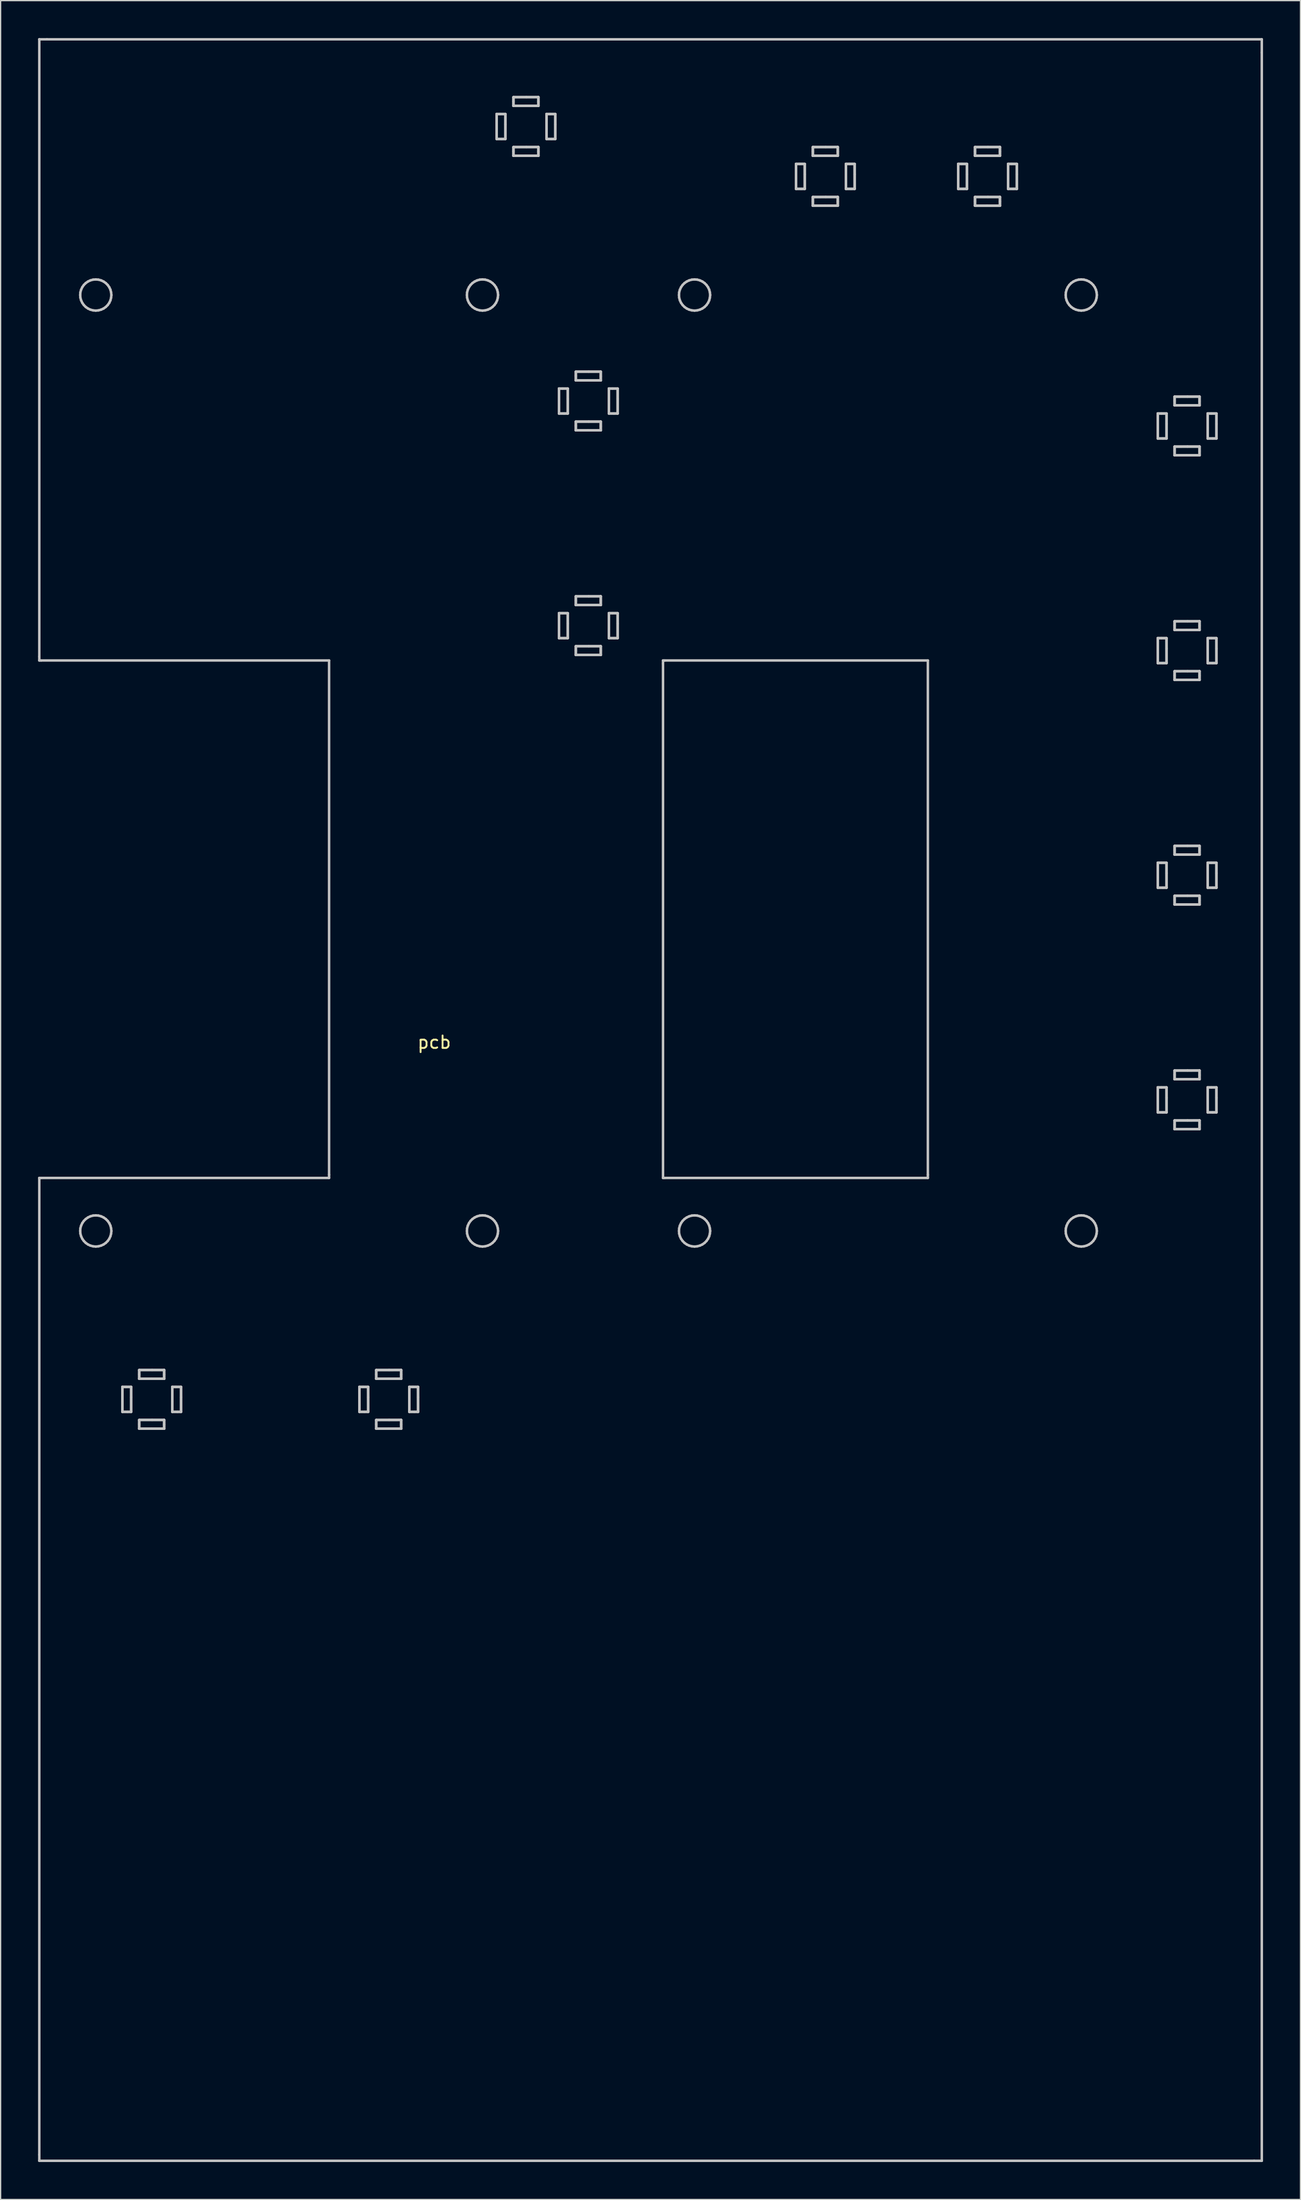
<source format=kicad_pcb>
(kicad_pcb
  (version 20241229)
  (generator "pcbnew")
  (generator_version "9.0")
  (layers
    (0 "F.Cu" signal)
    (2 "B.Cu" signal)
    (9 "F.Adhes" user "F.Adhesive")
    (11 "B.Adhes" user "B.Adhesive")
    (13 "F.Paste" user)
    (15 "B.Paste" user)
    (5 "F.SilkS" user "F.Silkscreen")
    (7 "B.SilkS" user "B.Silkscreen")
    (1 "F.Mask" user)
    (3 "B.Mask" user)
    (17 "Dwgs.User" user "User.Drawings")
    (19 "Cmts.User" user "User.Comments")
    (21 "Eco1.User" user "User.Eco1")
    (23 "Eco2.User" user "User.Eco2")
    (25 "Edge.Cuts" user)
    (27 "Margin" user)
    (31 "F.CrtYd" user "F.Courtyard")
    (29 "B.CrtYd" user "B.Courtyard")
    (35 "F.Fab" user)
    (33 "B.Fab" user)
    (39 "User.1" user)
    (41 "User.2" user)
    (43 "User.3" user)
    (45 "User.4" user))
  (footprint "pcb"
    (layer "F.Cu")
    (at 31.761 79.972)
    (property "Reference" "pcb" (at 0 0.5 0) (layer "F.SilkS") (effects (font (size 1 1) (thickness 0.15))))
    (attr through_hole)
    (fp_line (start -31.661 -79.872) (end -31.048 -79.872) (stroke (width 0.2) (type solid)) (layer "Dwgs.User"))
    (fp_line (start -31.661 -30.408) (end -31.661 -79.872) (stroke (width 0.2) (type solid)) (layer "Dwgs.User"))
    (fp_line (start -31.661 -30.097) (end -31.661 -30.408) (stroke (width 0.2) (type solid)) (layer "Dwgs.User"))
    (fp_line (start -31.661 11.37) (end -31.515 11.37) (stroke (width 0.2) (type solid)) (layer "Dwgs.User"))
    (fp_line (start -31.661 89.636) (end -31.661 11.37) (stroke (width 0.2) (type solid)) (layer "Dwgs.User"))
    (fp_line (start -31.661 90.128) (end -31.661 89.636) (stroke (width 0.2) (type solid)) (layer "Dwgs.User"))
    (fp_line (start -31.515 -30.097) (end -31.661 -30.097) (stroke (width 0.2) (type solid)) (layer "Dwgs.User"))
    (fp_line (start -31.515 11.37) (end -8.431 11.37) (stroke (width 0.2) (type solid)) (layer "Dwgs.User"))
    (fp_line (start -31.048 -79.872) (end 66.339 -79.872) (stroke (width 0.2) (type solid)) (layer "Dwgs.User"))
    (fp_line (start -28.384 -59.383) (end -28.365 -59.166) (stroke (width 0.2) (type solid)) (layer "Dwgs.User"))
    (fp_line (start -28.384 15.617) (end -28.365 15.834) (stroke (width 0.2) (type solid)) (layer "Dwgs.User"))
    (fp_line (start -28.365 -59.166) (end -28.309 -58.955) (stroke (width 0.2) (type solid)) (layer "Dwgs.User"))
    (fp_line (start -28.365 15.834) (end -28.309 16.045) (stroke (width 0.2) (type solid)) (layer "Dwgs.User"))
    (fp_line (start -28.365 -59.6) (end -28.384 -59.383) (stroke (width 0.2) (type solid)) (layer "Dwgs.User"))
    (fp_line (start -28.365 15.4) (end -28.384 15.617) (stroke (width 0.2) (type solid)) (layer "Dwgs.User"))
    (fp_line (start -28.309 -58.955) (end -28.217 -58.758) (stroke (width 0.2) (type solid)) (layer "Dwgs.User"))
    (fp_line (start -28.309 16.045) (end -28.217 16.242) (stroke (width 0.2) (type solid)) (layer "Dwgs.User"))
    (fp_line (start -28.308 -59.81) (end -28.365 -59.6) (stroke (width 0.2) (type solid)) (layer "Dwgs.User"))
    (fp_line (start -28.308 15.19) (end -28.365 15.4) (stroke (width 0.2) (type solid)) (layer "Dwgs.User"))
    (fp_line (start -28.217 -58.758) (end -28.092 -58.579) (stroke (width 0.2) (type solid)) (layer "Dwgs.User"))
    (fp_line (start -28.217 16.242) (end -28.092 16.421) (stroke (width 0.2) (type solid)) (layer "Dwgs.User"))
    (fp_line (start -28.216 -60.008) (end -28.308 -59.81) (stroke (width 0.2) (type solid)) (layer "Dwgs.User"))
    (fp_line (start -28.216 14.992) (end -28.308 15.19) (stroke (width 0.2) (type solid)) (layer "Dwgs.User"))
    (fp_line (start -28.092 -58.579) (end -27.939 -58.425) (stroke (width 0.2) (type solid)) (layer "Dwgs.User"))
    (fp_line (start -28.092 16.421) (end -27.939 16.575) (stroke (width 0.2) (type solid)) (layer "Dwgs.User"))
    (fp_line (start -28.091 -60.186) (end -28.216 -60.008) (stroke (width 0.2) (type solid)) (layer "Dwgs.User"))
    (fp_line (start -28.091 14.814) (end -28.216 14.992) (stroke (width 0.2) (type solid)) (layer "Dwgs.User"))
    (fp_line (start -27.939 -58.425) (end -27.76 -58.3) (stroke (width 0.2) (type solid)) (layer "Dwgs.User"))
    (fp_line (start -27.939 16.575) (end -27.76 16.7) (stroke (width 0.2) (type solid)) (layer "Dwgs.User"))
    (fp_line (start -27.936 -60.34) (end -28.091 -60.186) (stroke (width 0.2) (type solid)) (layer "Dwgs.User"))
    (fp_line (start -27.936 14.66) (end -28.091 14.814) (stroke (width 0.2) (type solid)) (layer "Dwgs.User"))
    (fp_line (start -27.76 -58.3) (end -27.563 -58.208) (stroke (width 0.2) (type solid)) (layer "Dwgs.User"))
    (fp_line (start -27.76 16.7) (end -27.563 16.792) (stroke (width 0.2) (type solid)) (layer "Dwgs.User"))
    (fp_line (start -27.758 -60.465) (end -27.936 -60.34) (stroke (width 0.2) (type solid)) (layer "Dwgs.User"))
    (fp_line (start -27.758 14.535) (end -27.936 14.66) (stroke (width 0.2) (type solid)) (layer "Dwgs.User"))
    (fp_line (start -27.563 -58.208) (end -27.352 -58.151) (stroke (width 0.2) (type solid)) (layer "Dwgs.User"))
    (fp_line (start -27.563 16.792) (end -27.352 16.849) (stroke (width 0.2) (type solid)) (layer "Dwgs.User"))
    (fp_line (start -27.56 -60.557) (end -27.758 -60.465) (stroke (width 0.2) (type solid)) (layer "Dwgs.User"))
    (fp_line (start -27.56 14.443) (end -27.758 14.535) (stroke (width 0.2) (type solid)) (layer "Dwgs.User"))
    (fp_line (start -27.352 -58.151) (end -27.135 -58.132) (stroke (width 0.2) (type solid)) (layer "Dwgs.User"))
    (fp_line (start -27.352 16.849) (end -27.135 16.868) (stroke (width 0.2) (type solid)) (layer "Dwgs.User"))
    (fp_line (start -27.35 -60.613) (end -27.56 -60.557) (stroke (width 0.2) (type solid)) (layer "Dwgs.User"))
    (fp_line (start -27.35 14.387) (end -27.56 14.443) (stroke (width 0.2) (type solid)) (layer "Dwgs.User"))
    (fp_line (start -27.135 -58.132) (end -26.918 -58.15) (stroke (width 0.2) (type solid)) (layer "Dwgs.User"))
    (fp_line (start -27.135 16.868) (end -26.918 16.85) (stroke (width 0.2) (type solid)) (layer "Dwgs.User"))
    (fp_line (start -27.133 -60.631) (end -27.35 -60.613) (stroke (width 0.2) (type solid)) (layer "Dwgs.User"))
    (fp_line (start -27.133 14.369) (end -27.35 14.387) (stroke (width 0.2) (type solid)) (layer "Dwgs.User"))
    (fp_line (start -26.918 -58.15) (end -26.708 -58.207) (stroke (width 0.2) (type solid)) (layer "Dwgs.User"))
    (fp_line (start -26.918 16.85) (end -26.708 16.793) (stroke (width 0.2) (type solid)) (layer "Dwgs.User"))
    (fp_line (start -26.916 -60.612) (end -27.133 -60.631) (stroke (width 0.2) (type solid)) (layer "Dwgs.User"))
    (fp_line (start -26.916 14.388) (end -27.133 14.369) (stroke (width 0.2) (type solid)) (layer "Dwgs.User"))
    (fp_line (start -26.708 -58.207) (end -26.51 -58.298) (stroke (width 0.2) (type solid)) (layer "Dwgs.User"))
    (fp_line (start -26.708 16.793) (end -26.51 16.702) (stroke (width 0.2) (type solid)) (layer "Dwgs.User"))
    (fp_line (start -26.705 -60.556) (end -26.916 -60.612) (stroke (width 0.2) (type solid)) (layer "Dwgs.User"))
    (fp_line (start -26.705 14.444) (end -26.916 14.388) (stroke (width 0.2) (type solid)) (layer "Dwgs.User"))
    (fp_line (start -26.51 -58.298) (end -26.332 -58.423) (stroke (width 0.2) (type solid)) (layer "Dwgs.User"))
    (fp_line (start -26.51 16.702) (end -26.332 16.577) (stroke (width 0.2) (type solid)) (layer "Dwgs.User"))
    (fp_line (start -26.508 -60.463) (end -26.705 -60.556) (stroke (width 0.2) (type solid)) (layer "Dwgs.User"))
    (fp_line (start -26.508 14.537) (end -26.705 14.444) (stroke (width 0.2) (type solid)) (layer "Dwgs.User"))
    (fp_line (start -26.332 -58.423) (end -26.177 -58.577) (stroke (width 0.2) (type solid)) (layer "Dwgs.User"))
    (fp_line (start -26.332 16.577) (end -26.177 16.423) (stroke (width 0.2) (type solid)) (layer "Dwgs.User"))
    (fp_line (start -26.33 -60.338) (end -26.508 -60.463) (stroke (width 0.2) (type solid)) (layer "Dwgs.User"))
    (fp_line (start -26.33 14.662) (end -26.508 14.537) (stroke (width 0.2) (type solid)) (layer "Dwgs.User"))
    (fp_line (start -26.177 -58.577) (end -26.052 -58.755) (stroke (width 0.2) (type solid)) (layer "Dwgs.User"))
    (fp_line (start -26.177 16.423) (end -26.052 16.245) (stroke (width 0.2) (type solid)) (layer "Dwgs.User"))
    (fp_line (start -26.176 -60.184) (end -26.33 -60.338) (stroke (width 0.2) (type solid)) (layer "Dwgs.User"))
    (fp_line (start -26.176 14.816) (end -26.33 14.662) (stroke (width 0.2) (type solid)) (layer "Dwgs.User"))
    (fp_line (start -26.052 -58.755) (end -25.96 -58.953) (stroke (width 0.2) (type solid)) (layer "Dwgs.User"))
    (fp_line (start -26.052 16.245) (end -25.96 16.047) (stroke (width 0.2) (type solid)) (layer "Dwgs.User"))
    (fp_line (start -26.051 -60.005) (end -26.176 -60.184) (stroke (width 0.2) (type solid)) (layer "Dwgs.User"))
    (fp_line (start -26.051 14.995) (end -26.176 14.816) (stroke (width 0.2) (type solid)) (layer "Dwgs.User"))
    (fp_line (start -25.96 -58.953) (end -25.903 -59.163) (stroke (width 0.2) (type solid)) (layer "Dwgs.User"))
    (fp_line (start -25.96 16.047) (end -25.903 15.837) (stroke (width 0.2) (type solid)) (layer "Dwgs.User"))
    (fp_line (start -25.959 -59.808) (end -26.051 -60.005) (stroke (width 0.2) (type solid)) (layer "Dwgs.User"))
    (fp_line (start -25.959 15.192) (end -26.051 14.995) (stroke (width 0.2) (type solid)) (layer "Dwgs.User"))
    (fp_line (start -25.903 -59.163) (end -25.884 -59.38) (stroke (width 0.2) (type solid)) (layer "Dwgs.User"))
    (fp_line (start -25.903 15.837) (end -25.884 15.62) (stroke (width 0.2) (type solid)) (layer "Dwgs.User"))
    (fp_line (start -25.903 -59.597) (end -25.959 -59.808) (stroke (width 0.2) (type solid)) (layer "Dwgs.User"))
    (fp_line (start -25.903 15.403) (end -25.959 15.192) (stroke (width 0.2) (type solid)) (layer "Dwgs.User"))
    (fp_line (start -25.884 -59.38) (end -25.903 -59.597) (stroke (width 0.2) (type solid)) (layer "Dwgs.User"))
    (fp_line (start -25.884 15.62) (end -25.903 15.403) (stroke (width 0.2) (type solid)) (layer "Dwgs.User"))
    (fp_line (start -25 28.112) (end -25 28.125) (stroke (width 0.2) (type solid)) (layer "Dwgs.User"))
    (fp_line (start -25 28.112) (end -25 29.277) (stroke (width 0.2) (type solid)) (layer "Dwgs.User"))
    (fp_line (start -25 28.125) (end -25 30.113) (stroke (width 0.2) (type solid)) (layer "Dwgs.User"))
    (fp_line (start -25 29.277) (end -25 30.113) (stroke (width 0.2) (type solid)) (layer "Dwgs.User"))
    (fp_line (start -25 30.113) (end -24.593 30.113) (stroke (width 0.2) (type solid)) (layer "Dwgs.User"))
    (fp_line (start -24.996 30.113) (end -24.3 30.113) (stroke (width 0.2) (type solid)) (layer "Dwgs.User"))
    (fp_line (start -24.707 28.112) (end -25 28.112) (stroke (width 0.2) (type solid)) (layer "Dwgs.User"))
    (fp_line (start -24.593 30.113) (end -24.3 30.113) (stroke (width 0.2) (type solid)) (layer "Dwgs.User"))
    (fp_line (start -24.3 28.112) (end -25 28.112) (stroke (width 0.2) (type solid)) (layer "Dwgs.User"))
    (fp_line (start -24.3 28.112) (end -24.707 28.112) (stroke (width 0.2) (type solid)) (layer "Dwgs.User"))
    (fp_line (start -24.3 28.948) (end -24.3 28.112) (stroke (width 0.2) (type solid)) (layer "Dwgs.User"))
    (fp_line (start -24.3 30.1) (end -24.3 28.112) (stroke (width 0.2) (type solid)) (layer "Dwgs.User"))
    (fp_line (start -24.3 30.113) (end -24.3 28.948) (stroke (width 0.2) (type solid)) (layer "Dwgs.User"))
    (fp_line (start -24.3 30.113) (end -24.3 30.1) (stroke (width 0.2) (type solid)) (layer "Dwgs.User"))
    (fp_line (start -23.65 26.762) (end -23.65 27.101) (stroke (width 0.2) (type solid)) (layer "Dwgs.User"))
    (fp_line (start -23.65 26.767) (end -23.65 27.463) (stroke (width 0.2) (type solid)) (layer "Dwgs.User"))
    (fp_line (start -23.65 27.101) (end -23.65 27.463) (stroke (width 0.2) (type solid)) (layer "Dwgs.User"))
    (fp_line (start -23.65 27.463) (end -23.638 27.463) (stroke (width 0.2) (type solid)) (layer "Dwgs.User"))
    (fp_line (start -23.65 27.463) (end -22.682 27.463) (stroke (width 0.2) (type solid)) (layer "Dwgs.User"))
    (fp_line (start -23.65 30.763) (end -23.65 31.101) (stroke (width 0.2) (type solid)) (layer "Dwgs.User"))
    (fp_line (start -23.65 30.767) (end -23.65 31.463) (stroke (width 0.2) (type solid)) (layer "Dwgs.User"))
    (fp_line (start -23.65 31.101) (end -23.65 31.463) (stroke (width 0.2) (type solid)) (layer "Dwgs.User"))
    (fp_line (start -23.65 31.463) (end -23.638 31.463) (stroke (width 0.2) (type solid)) (layer "Dwgs.User"))
    (fp_line (start -23.65 31.463) (end -22.682 31.463) (stroke (width 0.2) (type solid)) (layer "Dwgs.User"))
    (fp_line (start -23.638 27.463) (end -21.65 27.463) (stroke (width 0.2) (type solid)) (layer "Dwgs.User"))
    (fp_line (start -23.638 31.463) (end -21.65 31.463) (stroke (width 0.2) (type solid)) (layer "Dwgs.User"))
    (fp_line (start -22.682 27.463) (end -21.65 27.463) (stroke (width 0.2) (type solid)) (layer "Dwgs.User"))
    (fp_line (start -22.682 31.463) (end -21.65 31.463) (stroke (width 0.2) (type solid)) (layer "Dwgs.User"))
    (fp_line (start -22.618 26.762) (end -23.65 26.762) (stroke (width 0.2) (type solid)) (layer "Dwgs.User"))
    (fp_line (start -22.618 30.763) (end -23.65 30.763) (stroke (width 0.2) (type solid)) (layer "Dwgs.User"))
    (fp_line (start -21.663 26.762) (end -23.65 26.762) (stroke (width 0.2) (type solid)) (layer "Dwgs.User"))
    (fp_line (start -21.663 30.763) (end -23.65 30.763) (stroke (width 0.2) (type solid)) (layer "Dwgs.User"))
    (fp_line (start -21.65 26.762) (end -22.618 26.762) (stroke (width 0.2) (type solid)) (layer "Dwgs.User"))
    (fp_line (start -21.65 26.762) (end -21.663 26.762) (stroke (width 0.2) (type solid)) (layer "Dwgs.User"))
    (fp_line (start -21.65 27.124) (end -21.65 26.762) (stroke (width 0.2) (type solid)) (layer "Dwgs.User"))
    (fp_line (start -21.65 27.463) (end -21.65 26.762) (stroke (width 0.2) (type solid)) (layer "Dwgs.User"))
    (fp_line (start -21.65 27.463) (end -21.65 27.124) (stroke (width 0.2) (type solid)) (layer "Dwgs.User"))
    (fp_line (start -21.65 30.763) (end -22.618 30.763) (stroke (width 0.2) (type solid)) (layer "Dwgs.User"))
    (fp_line (start -21.65 30.763) (end -21.663 30.763) (stroke (width 0.2) (type solid)) (layer "Dwgs.User"))
    (fp_line (start -21.65 31.124) (end -21.65 30.763) (stroke (width 0.2) (type solid)) (layer "Dwgs.User"))
    (fp_line (start -21.65 31.463) (end -21.65 30.763) (stroke (width 0.2) (type solid)) (layer "Dwgs.User"))
    (fp_line (start -21.65 31.463) (end -21.65 31.124) (stroke (width 0.2) (type solid)) (layer "Dwgs.User"))
    (fp_line (start -21 28.112) (end -21 28.125) (stroke (width 0.2) (type solid)) (layer "Dwgs.User"))
    (fp_line (start -21 28.112) (end -20.707 28.112) (stroke (width 0.2) (type solid)) (layer "Dwgs.User"))
    (fp_line (start -21 28.125) (end -21 30.113) (stroke (width 0.2) (type solid)) (layer "Dwgs.User"))
    (fp_line (start -21 29.277) (end -21 28.112) (stroke (width 0.2) (type solid)) (layer "Dwgs.User"))
    (fp_line (start -21 30.113) (end -21 29.277) (stroke (width 0.2) (type solid)) (layer "Dwgs.User"))
    (fp_line (start -21 30.113) (end -20.593 30.113) (stroke (width 0.2) (type solid)) (layer "Dwgs.User"))
    (fp_line (start -20.707 28.112) (end -20.3 28.112) (stroke (width 0.2) (type solid)) (layer "Dwgs.User"))
    (fp_line (start -20.593 30.113) (end -20.3 30.113) (stroke (width 0.2) (type solid)) (layer "Dwgs.User"))
    (fp_line (start -20.3 28.112) (end -21 28.112) (stroke (width 0.2) (type solid)) (layer "Dwgs.User"))
    (fp_line (start -20.3 28.112) (end -20.3 28.948) (stroke (width 0.2) (type solid)) (layer "Dwgs.User"))
    (fp_line (start -20.3 28.948) (end -20.3 30.113) (stroke (width 0.2) (type solid)) (layer "Dwgs.User"))
    (fp_line (start -20.3 30.1) (end -20.3 28.112) (stroke (width 0.2) (type solid)) (layer "Dwgs.User"))
    (fp_line (start -20.3 30.113) (end -20.996 30.113) (stroke (width 0.2) (type solid)) (layer "Dwgs.User"))
    (fp_line (start -20.3 30.113) (end -20.3 30.1) (stroke (width 0.2) (type solid)) (layer "Dwgs.User"))
    (fp_line (start -8.431 -30.097) (end -31.515 -30.097) (stroke (width 0.2) (type solid)) (layer "Dwgs.User"))
    (fp_line (start -8.431 11.111) (end -8.431 -30.097) (stroke (width 0.2) (type solid)) (layer "Dwgs.User"))
    (fp_line (start -8.431 11.37) (end -8.431 11.111) (stroke (width 0.2) (type solid)) (layer "Dwgs.User"))
    (fp_line (start -6 28.112) (end -5.707 28.112) (stroke (width 0.2) (type solid)) (layer "Dwgs.User"))
    (fp_line (start -6 28.112) (end -5.304 28.112) (stroke (width 0.2) (type solid)) (layer "Dwgs.User"))
    (fp_line (start -6 28.125) (end -6 28.112) (stroke (width 0.2) (type solid)) (layer "Dwgs.User"))
    (fp_line (start -6 29.277) (end -6 28.112) (stroke (width 0.2) (type solid)) (layer "Dwgs.User"))
    (fp_line (start -6 30.113) (end -6 29.277) (stroke (width 0.2) (type solid)) (layer "Dwgs.User"))
    (fp_line (start -5.996 30.113) (end -6 28.125) (stroke (width 0.2) (type solid)) (layer "Dwgs.User"))
    (fp_line (start -5.707 28.112) (end -5.3 28.112) (stroke (width 0.2) (type solid)) (layer "Dwgs.User"))
    (fp_line (start -5.593 30.113) (end -6 30.113) (stroke (width 0.2) (type solid)) (layer "Dwgs.User"))
    (fp_line (start -5.304 28.112) (end -5.3 30.1) (stroke (width 0.2) (type solid)) (layer "Dwgs.User"))
    (fp_line (start -5.3 28.112) (end -5.3 28.948) (stroke (width 0.2) (type solid)) (layer "Dwgs.User"))
    (fp_line (start -5.3 28.948) (end -5.3 30.113) (stroke (width 0.2) (type solid)) (layer "Dwgs.User"))
    (fp_line (start -5.3 30.1) (end -5.3 30.113) (stroke (width 0.2) (type solid)) (layer "Dwgs.User"))
    (fp_line (start -5.3 30.113) (end -5.996 30.113) (stroke (width 0.2) (type solid)) (layer "Dwgs.User"))
    (fp_line (start -5.3 30.113) (end -5.593 30.113) (stroke (width 0.2) (type solid)) (layer "Dwgs.User"))
    (fp_line (start -4.65 26.762) (end -3.618 26.762) (stroke (width 0.2) (type solid)) (layer "Dwgs.User"))
    (fp_line (start -4.65 26.767) (end -2.663 26.762) (stroke (width 0.2) (type solid)) (layer "Dwgs.User"))
    (fp_line (start -4.65 27.101) (end -4.65 26.762) (stroke (width 0.2) (type solid)) (layer "Dwgs.User"))
    (fp_line (start -4.65 27.463) (end -4.65 26.767) (stroke (width 0.2) (type solid)) (layer "Dwgs.User"))
    (fp_line (start -4.65 27.463) (end -4.65 27.101) (stroke (width 0.2) (type solid)) (layer "Dwgs.User"))
    (fp_line (start -4.65 30.763) (end -3.618 30.763) (stroke (width 0.2) (type solid)) (layer "Dwgs.User"))
    (fp_line (start -4.65 30.767) (end -2.663 30.763) (stroke (width 0.2) (type solid)) (layer "Dwgs.User"))
    (fp_line (start -4.65 31.101) (end -4.65 30.763) (stroke (width 0.2) (type solid)) (layer "Dwgs.User"))
    (fp_line (start -4.65 31.463) (end -4.65 30.767) (stroke (width 0.2) (type solid)) (layer "Dwgs.User"))
    (fp_line (start -4.65 31.463) (end -4.65 31.101) (stroke (width 0.2) (type solid)) (layer "Dwgs.User"))
    (fp_line (start -4.638 27.463) (end -4.65 27.463) (stroke (width 0.2) (type solid)) (layer "Dwgs.User"))
    (fp_line (start -4.638 31.463) (end -4.65 31.463) (stroke (width 0.2) (type solid)) (layer "Dwgs.User"))
    (fp_line (start -3.682 27.463) (end -4.65 27.463) (stroke (width 0.2) (type solid)) (layer "Dwgs.User"))
    (fp_line (start -3.682 31.463) (end -4.65 31.463) (stroke (width 0.2) (type solid)) (layer "Dwgs.User"))
    (fp_line (start -3.618 26.762) (end -2.65 26.762) (stroke (width 0.2) (type solid)) (layer "Dwgs.User"))
    (fp_line (start -3.618 30.763) (end -2.65 30.763) (stroke (width 0.2) (type solid)) (layer "Dwgs.User"))
    (fp_line (start -2.663 26.762) (end -2.65 26.762) (stroke (width 0.2) (type solid)) (layer "Dwgs.User"))
    (fp_line (start -2.663 30.763) (end -2.65 30.763) (stroke (width 0.2) (type solid)) (layer "Dwgs.User"))
    (fp_line (start -2.65 26.762) (end -2.65 27.124) (stroke (width 0.2) (type solid)) (layer "Dwgs.User"))
    (fp_line (start -2.65 26.762) (end -2.65 27.458) (stroke (width 0.2) (type solid)) (layer "Dwgs.User"))
    (fp_line (start -2.65 27.124) (end -2.65 27.463) (stroke (width 0.2) (type solid)) (layer "Dwgs.User"))
    (fp_line (start -2.65 27.458) (end -4.638 27.463) (stroke (width 0.2) (type solid)) (layer "Dwgs.User"))
    (fp_line (start -2.65 27.463) (end -3.682 27.463) (stroke (width 0.2) (type solid)) (layer "Dwgs.User"))
    (fp_line (start -2.65 30.763) (end -2.65 31.124) (stroke (width 0.2) (type solid)) (layer "Dwgs.User"))
    (fp_line (start -2.65 30.763) (end -2.65 31.458) (stroke (width 0.2) (type solid)) (layer "Dwgs.User"))
    (fp_line (start -2.65 31.124) (end -2.65 31.463) (stroke (width 0.2) (type solid)) (layer "Dwgs.User"))
    (fp_line (start -2.65 31.458) (end -4.638 31.463) (stroke (width 0.2) (type solid)) (layer "Dwgs.User"))
    (fp_line (start -2.65 31.463) (end -3.682 31.463) (stroke (width 0.2) (type solid)) (layer "Dwgs.User"))
    (fp_line (start -2 28.112) (end -1.707 28.112) (stroke (width 0.2) (type solid)) (layer "Dwgs.User"))
    (fp_line (start -2 28.112) (end -1.304 28.112) (stroke (width 0.2) (type solid)) (layer "Dwgs.User"))
    (fp_line (start -2 28.125) (end -2 28.112) (stroke (width 0.2) (type solid)) (layer "Dwgs.User"))
    (fp_line (start -2 29.277) (end -2 28.112) (stroke (width 0.2) (type solid)) (layer "Dwgs.User"))
    (fp_line (start -2 30.113) (end -2 29.277) (stroke (width 0.2) (type solid)) (layer "Dwgs.User"))
    (fp_line (start -1.996 30.113) (end -2 28.125) (stroke (width 0.2) (type solid)) (layer "Dwgs.User"))
    (fp_line (start -1.707 28.112) (end -1.3 28.112) (stroke (width 0.2) (type solid)) (layer "Dwgs.User"))
    (fp_line (start -1.593 30.113) (end -2 30.113) (stroke (width 0.2) (type solid)) (layer "Dwgs.User"))
    (fp_line (start -1.304 28.112) (end -1.3 30.1) (stroke (width 0.2) (type solid)) (layer "Dwgs.User"))
    (fp_line (start -1.3 28.112) (end -1.3 28.948) (stroke (width 0.2) (type solid)) (layer "Dwgs.User"))
    (fp_line (start -1.3 28.948) (end -1.3 30.113) (stroke (width 0.2) (type solid)) (layer "Dwgs.User"))
    (fp_line (start -1.3 30.1) (end -1.3 30.113) (stroke (width 0.2) (type solid)) (layer "Dwgs.User"))
    (fp_line (start -1.3 30.113) (end -1.996 30.113) (stroke (width 0.2) (type solid)) (layer "Dwgs.User"))
    (fp_line (start -1.3 30.113) (end -1.593 30.113) (stroke (width 0.2) (type solid)) (layer "Dwgs.User"))
    (fp_line (start 2.616 -59.382) (end 2.635 -59.599) (stroke (width 0.2) (type solid)) (layer "Dwgs.User"))
    (fp_line (start 2.616 15.618) (end 2.635 15.401) (stroke (width 0.2) (type solid)) (layer "Dwgs.User"))
    (fp_line (start 2.635 -59.599) (end 2.691 -59.809) (stroke (width 0.2) (type solid)) (layer "Dwgs.User"))
    (fp_line (start 2.635 -59.165) (end 2.616 -59.382) (stroke (width 0.2) (type solid)) (layer "Dwgs.User"))
    (fp_line (start 2.635 15.401) (end 2.691 15.191) (stroke (width 0.2) (type solid)) (layer "Dwgs.User"))
    (fp_line (start 2.635 15.835) (end 2.616 15.618) (stroke (width 0.2) (type solid)) (layer "Dwgs.User"))
    (fp_line (start 2.691 -58.955) (end 2.635 -59.165) (stroke (width 0.2) (type solid)) (layer "Dwgs.User"))
    (fp_line (start 2.691 16.045) (end 2.635 15.835) (stroke (width 0.2) (type solid)) (layer "Dwgs.User"))
    (fp_line (start 2.691 -59.809) (end 2.783 -60.007) (stroke (width 0.2) (type solid)) (layer "Dwgs.User"))
    (fp_line (start 2.691 15.191) (end 2.783 14.993) (stroke (width 0.2) (type solid)) (layer "Dwgs.User"))
    (fp_line (start 2.783 -60.007) (end 2.908 -60.185) (stroke (width 0.2) (type solid)) (layer "Dwgs.User"))
    (fp_line (start 2.783 -58.757) (end 2.691 -58.954) (stroke (width 0.2) (type solid)) (layer "Dwgs.User"))
    (fp_line (start 2.783 14.993) (end 2.908 14.815) (stroke (width 0.2) (type solid)) (layer "Dwgs.User"))
    (fp_line (start 2.783 16.243) (end 2.691 16.046) (stroke (width 0.2) (type solid)) (layer "Dwgs.User"))
    (fp_line (start 2.908 -60.185) (end 3.062 -60.339) (stroke (width 0.2) (type solid)) (layer "Dwgs.User"))
    (fp_line (start 2.908 -58.578) (end 2.783 -58.757) (stroke (width 0.2) (type solid)) (layer "Dwgs.User"))
    (fp_line (start 2.908 14.815) (end 3.062 14.661) (stroke (width 0.2) (type solid)) (layer "Dwgs.User"))
    (fp_line (start 2.908 16.422) (end 2.783 16.243) (stroke (width 0.2) (type solid)) (layer "Dwgs.User"))
    (fp_line (start 3.062 -60.339) (end 3.241 -60.464) (stroke (width 0.2) (type solid)) (layer "Dwgs.User"))
    (fp_line (start 3.062 -58.424) (end 2.908 -58.578) (stroke (width 0.2) (type solid)) (layer "Dwgs.User"))
    (fp_line (start 3.062 14.661) (end 3.241 14.536) (stroke (width 0.2) (type solid)) (layer "Dwgs.User"))
    (fp_line (start 3.062 16.576) (end 2.908 16.422) (stroke (width 0.2) (type solid)) (layer "Dwgs.User"))
    (fp_line (start 3.241 -60.464) (end 3.438 -60.556) (stroke (width 0.2) (type solid)) (layer "Dwgs.User"))
    (fp_line (start 3.241 -58.299) (end 3.062 -58.424) (stroke (width 0.2) (type solid)) (layer "Dwgs.User"))
    (fp_line (start 3.241 14.536) (end 3.438 14.444) (stroke (width 0.2) (type solid)) (layer "Dwgs.User"))
    (fp_line (start 3.241 16.701) (end 3.062 16.576) (stroke (width 0.2) (type solid)) (layer "Dwgs.User"))
    (fp_line (start 3.438 -60.556) (end 3.649 -60.613) (stroke (width 0.2) (type solid)) (layer "Dwgs.User"))
    (fp_line (start 3.438 -58.207) (end 3.241 -58.299) (stroke (width 0.2) (type solid)) (layer "Dwgs.User"))
    (fp_line (start 3.438 14.444) (end 3.649 14.387) (stroke (width 0.2) (type solid)) (layer "Dwgs.User"))
    (fp_line (start 3.438 16.793) (end 3.241 16.701) (stroke (width 0.2) (type solid)) (layer "Dwgs.User"))
    (fp_line (start 3.649 -60.613) (end 3.866 -60.632) (stroke (width 0.2) (type solid)) (layer "Dwgs.User"))
    (fp_line (start 3.649 -58.151) (end 3.438 -58.207) (stroke (width 0.2) (type solid)) (layer "Dwgs.User"))
    (fp_line (start 3.649 14.387) (end 3.866 14.368) (stroke (width 0.2) (type solid)) (layer "Dwgs.User"))
    (fp_line (start 3.649 16.849) (end 3.438 16.793) (stroke (width 0.2) (type solid)) (layer "Dwgs.User"))
    (fp_line (start 3.866 -60.632) (end 4.083 -60.613) (stroke (width 0.2) (type solid)) (layer "Dwgs.User"))
    (fp_line (start 3.866 -58.132) (end 3.649 -58.151) (stroke (width 0.2) (type solid)) (layer "Dwgs.User"))
    (fp_line (start 3.866 14.368) (end 4.083 14.387) (stroke (width 0.2) (type solid)) (layer "Dwgs.User"))
    (fp_line (start 3.866 16.868) (end 3.649 16.849) (stroke (width 0.2) (type solid)) (layer "Dwgs.User"))
    (fp_line (start 4.083 -60.613) (end 4.293 -60.556) (stroke (width 0.2) (type solid)) (layer "Dwgs.User"))
    (fp_line (start 4.083 -58.151) (end 3.866 -58.132) (stroke (width 0.2) (type solid)) (layer "Dwgs.User"))
    (fp_line (start 4.083 14.387) (end 4.293 14.444) (stroke (width 0.2) (type solid)) (layer "Dwgs.User"))
    (fp_line (start 4.083 16.849) (end 3.866 16.868) (stroke (width 0.2) (type solid)) (layer "Dwgs.User"))
    (fp_line (start 4.293 -60.556) (end 4.491 -60.464) (stroke (width 0.2) (type solid)) (layer "Dwgs.User"))
    (fp_line (start 4.293 -58.207) (end 4.083 -58.151) (stroke (width 0.2) (type solid)) (layer "Dwgs.User"))
    (fp_line (start 4.293 14.444) (end 4.491 14.536) (stroke (width 0.2) (type solid)) (layer "Dwgs.User"))
    (fp_line (start 4.293 16.793) (end 4.083 16.849) (stroke (width 0.2) (type solid)) (layer "Dwgs.User"))
    (fp_line (start 4.491 -60.464) (end 4.669 -60.339) (stroke (width 0.2) (type solid)) (layer "Dwgs.User"))
    (fp_line (start 4.491 -58.299) (end 4.293 -58.207) (stroke (width 0.2) (type solid)) (layer "Dwgs.User"))
    (fp_line (start 4.491 14.536) (end 4.669 14.661) (stroke (width 0.2) (type solid)) (layer "Dwgs.User"))
    (fp_line (start 4.491 16.701) (end 4.293 16.793) (stroke (width 0.2) (type solid)) (layer "Dwgs.User"))
    (fp_line (start 4.669 -60.339) (end 4.823 -60.185) (stroke (width 0.2) (type solid)) (layer "Dwgs.User"))
    (fp_line (start 4.669 -58.424) (end 4.491 -58.299) (stroke (width 0.2) (type solid)) (layer "Dwgs.User"))
    (fp_line (start 4.669 14.661) (end 4.823 14.815) (stroke (width 0.2) (type solid)) (layer "Dwgs.User"))
    (fp_line (start 4.669 16.576) (end 4.491 16.701) (stroke (width 0.2) (type solid)) (layer "Dwgs.User"))
    (fp_line (start 4.823 -60.185) (end 4.948 -60.007) (stroke (width 0.2) (type solid)) (layer "Dwgs.User"))
    (fp_line (start 4.823 -58.578) (end 4.669 -58.424) (stroke (width 0.2) (type solid)) (layer "Dwgs.User"))
    (fp_line (start 4.823 14.815) (end 4.948 14.993) (stroke (width 0.2) (type solid)) (layer "Dwgs.User"))
    (fp_line (start 4.823 16.422) (end 4.669 16.576) (stroke (width 0.2) (type solid)) (layer "Dwgs.User"))
    (fp_line (start 4.948 -60.007) (end 5.041 -59.809) (stroke (width 0.2) (type solid)) (layer "Dwgs.User"))
    (fp_line (start 4.948 -58.757) (end 4.823 -58.578) (stroke (width 0.2) (type solid)) (layer "Dwgs.User"))
    (fp_line (start 4.948 14.993) (end 5.041 15.191) (stroke (width 0.2) (type solid)) (layer "Dwgs.User"))
    (fp_line (start 4.948 16.243) (end 4.823 16.422) (stroke (width 0.2) (type solid)) (layer "Dwgs.User"))
    (fp_line (start 5 -73.887) (end 5 -73.875) (stroke (width 0.2) (type solid)) (layer "Dwgs.User"))
    (fp_line (start 5 -73.887) (end 5 -72.723) (stroke (width 0.2) (type solid)) (layer "Dwgs.User"))
    (fp_line (start 5 -73.875) (end 5 -71.887) (stroke (width 0.2) (type solid)) (layer "Dwgs.User"))
    (fp_line (start 5 -72.723) (end 5 -71.887) (stroke (width 0.2) (type solid)) (layer "Dwgs.User"))
    (fp_line (start 5 -71.887) (end 5.407 -71.887) (stroke (width 0.2) (type solid)) (layer "Dwgs.User"))
    (fp_line (start 5.004 -71.887) (end 5.7 -71.887) (stroke (width 0.2) (type solid)) (layer "Dwgs.User"))
    (fp_line (start 5.041 -59.809) (end 5.097 -59.599) (stroke (width 0.2) (type solid)) (layer "Dwgs.User"))
    (fp_line (start 5.041 -58.954) (end 4.948 -58.757) (stroke (width 0.2) (type solid)) (layer "Dwgs.User"))
    (fp_line (start 5.041 15.191) (end 5.097 15.401) (stroke (width 0.2) (type solid)) (layer "Dwgs.User"))
    (fp_line (start 5.041 16.046) (end 4.948 16.243) (stroke (width 0.2) (type solid)) (layer "Dwgs.User"))
    (fp_line (start 5.097 -59.599) (end 5.116 -59.382) (stroke (width 0.2) (type solid)) (layer "Dwgs.User"))
    (fp_line (start 5.097 -59.165) (end 5.041 -58.954) (stroke (width 0.2) (type solid)) (layer "Dwgs.User"))
    (fp_line (start 5.097 15.401) (end 5.116 15.618) (stroke (width 0.2) (type solid)) (layer "Dwgs.User"))
    (fp_line (start 5.097 15.835) (end 5.041 16.046) (stroke (width 0.2) (type solid)) (layer "Dwgs.User"))
    (fp_line (start 5.116 -59.382) (end 5.097 -59.165) (stroke (width 0.2) (type solid)) (layer "Dwgs.User"))
    (fp_line (start 5.116 15.618) (end 5.097 15.835) (stroke (width 0.2) (type solid)) (layer "Dwgs.User"))
    (fp_line (start 5.293 -73.887) (end 5 -73.887) (stroke (width 0.2) (type solid)) (layer "Dwgs.User"))
    (fp_line (start 5.407 -71.887) (end 5.7 -71.887) (stroke (width 0.2) (type solid)) (layer "Dwgs.User"))
    (fp_line (start 5.7 -73.887) (end 5 -73.887) (stroke (width 0.2) (type solid)) (layer "Dwgs.User"))
    (fp_line (start 5.7 -73.887) (end 5.293 -73.887) (stroke (width 0.2) (type solid)) (layer "Dwgs.User"))
    (fp_line (start 5.7 -73.052) (end 5.7 -73.887) (stroke (width 0.2) (type solid)) (layer "Dwgs.User"))
    (fp_line (start 5.7 -71.9) (end 5.7 -73.887) (stroke (width 0.2) (type solid)) (layer "Dwgs.User"))
    (fp_line (start 5.7 -71.887) (end 5.7 -73.052) (stroke (width 0.2) (type solid)) (layer "Dwgs.User"))
    (fp_line (start 5.7 -71.887) (end 5.7 -71.9) (stroke (width 0.2) (type solid)) (layer "Dwgs.User"))
    (fp_line (start 6.35 -75.238) (end 7.382 -75.238) (stroke (width 0.2) (type solid)) (layer "Dwgs.User"))
    (fp_line (start 6.35 -75.233) (end 8.337 -75.238) (stroke (width 0.2) (type solid)) (layer "Dwgs.User"))
    (fp_line (start 6.35 -74.899) (end 6.35 -75.238) (stroke (width 0.2) (type solid)) (layer "Dwgs.User"))
    (fp_line (start 6.35 -74.538) (end 6.35 -75.233) (stroke (width 0.2) (type solid)) (layer "Dwgs.User"))
    (fp_line (start 6.35 -74.538) (end 6.35 -74.899) (stroke (width 0.2) (type solid)) (layer "Dwgs.User"))
    (fp_line (start 6.35 -71.238) (end 7.382 -71.238) (stroke (width 0.2) (type solid)) (layer "Dwgs.User"))
    (fp_line (start 6.35 -71.233) (end 8.337 -71.238) (stroke (width 0.2) (type solid)) (layer "Dwgs.User"))
    (fp_line (start 6.35 -70.899) (end 6.35 -71.238) (stroke (width 0.2) (type solid)) (layer "Dwgs.User"))
    (fp_line (start 6.35 -70.538) (end 6.35 -71.233) (stroke (width 0.2) (type solid)) (layer "Dwgs.User"))
    (fp_line (start 6.35 -70.538) (end 6.35 -70.899) (stroke (width 0.2) (type solid)) (layer "Dwgs.User"))
    (fp_line (start 6.362 -74.538) (end 6.35 -74.538) (stroke (width 0.2) (type solid)) (layer "Dwgs.User"))
    (fp_line (start 6.362 -70.538) (end 6.35 -70.538) (stroke (width 0.2) (type solid)) (layer "Dwgs.User"))
    (fp_line (start 7.318 -74.538) (end 6.35 -74.538) (stroke (width 0.2) (type solid)) (layer "Dwgs.User"))
    (fp_line (start 7.318 -70.538) (end 6.35 -70.538) (stroke (width 0.2) (type solid)) (layer "Dwgs.User"))
    (fp_line (start 7.382 -75.238) (end 8.35 -75.238) (stroke (width 0.2) (type solid)) (layer "Dwgs.User"))
    (fp_line (start 7.382 -71.238) (end 8.35 -71.238) (stroke (width 0.2) (type solid)) (layer "Dwgs.User"))
    (fp_line (start 8.337 -75.238) (end 8.35 -75.238) (stroke (width 0.2) (type solid)) (layer "Dwgs.User"))
    (fp_line (start 8.337 -71.238) (end 8.35 -71.238) (stroke (width 0.2) (type solid)) (layer "Dwgs.User"))
    (fp_line (start 8.35 -75.238) (end 8.35 -74.876) (stroke (width 0.2) (type solid)) (layer "Dwgs.User"))
    (fp_line (start 8.35 -75.238) (end 8.35 -74.542) (stroke (width 0.2) (type solid)) (layer "Dwgs.User"))
    (fp_line (start 8.35 -74.876) (end 8.35 -74.538) (stroke (width 0.2) (type solid)) (layer "Dwgs.User"))
    (fp_line (start 8.35 -74.542) (end 6.362 -74.538) (stroke (width 0.2) (type solid)) (layer "Dwgs.User"))
    (fp_line (start 8.35 -74.538) (end 7.318 -74.538) (stroke (width 0.2) (type solid)) (layer "Dwgs.User"))
    (fp_line (start 8.35 -71.238) (end 8.35 -70.876) (stroke (width 0.2) (type solid)) (layer "Dwgs.User"))
    (fp_line (start 8.35 -71.238) (end 8.35 -70.542) (stroke (width 0.2) (type solid)) (layer "Dwgs.User"))
    (fp_line (start 8.35 -70.876) (end 8.35 -70.538) (stroke (width 0.2) (type solid)) (layer "Dwgs.User"))
    (fp_line (start 8.35 -70.542) (end 6.362 -70.538) (stroke (width 0.2) (type solid)) (layer "Dwgs.User"))
    (fp_line (start 8.35 -70.538) (end 7.318 -70.538) (stroke (width 0.2) (type solid)) (layer "Dwgs.User"))
    (fp_line (start 9 -73.887) (end 9 -73.875) (stroke (width 0.2) (type solid)) (layer "Dwgs.User"))
    (fp_line (start 9 -73.887) (end 9 -72.723) (stroke (width 0.2) (type solid)) (layer "Dwgs.User"))
    (fp_line (start 9 -73.875) (end 9 -71.887) (stroke (width 0.2) (type solid)) (layer "Dwgs.User"))
    (fp_line (start 9 -72.723) (end 9 -71.887) (stroke (width 0.2) (type solid)) (layer "Dwgs.User"))
    (fp_line (start 9 -71.887) (end 9.407 -71.887) (stroke (width 0.2) (type solid)) (layer "Dwgs.User"))
    (fp_line (start 9.004 -71.887) (end 9.7 -71.887) (stroke (width 0.2) (type solid)) (layer "Dwgs.User"))
    (fp_line (start 9.293 -73.887) (end 9 -73.887) (stroke (width 0.2) (type solid)) (layer "Dwgs.User"))
    (fp_line (start 9.407 -71.887) (end 9.7 -71.887) (stroke (width 0.2) (type solid)) (layer "Dwgs.User"))
    (fp_line (start 9.7 -73.887) (end 9 -73.887) (stroke (width 0.2) (type solid)) (layer "Dwgs.User"))
    (fp_line (start 9.7 -73.887) (end 9.293 -73.887) (stroke (width 0.2) (type solid)) (layer "Dwgs.User"))
    (fp_line (start 9.7 -73.052) (end 9.7 -73.887) (stroke (width 0.2) (type solid)) (layer "Dwgs.User"))
    (fp_line (start 9.7 -71.9) (end 9.7 -73.887) (stroke (width 0.2) (type solid)) (layer "Dwgs.User"))
    (fp_line (start 9.7 -71.887) (end 9.7 -73.052) (stroke (width 0.2) (type solid)) (layer "Dwgs.User"))
    (fp_line (start 9.7 -71.887) (end 9.7 -71.9) (stroke (width 0.2) (type solid)) (layer "Dwgs.User"))
    (fp_line (start 10 -51.887) (end 10 -51.875) (stroke (width 0.2) (type solid)) (layer "Dwgs.User"))
    (fp_line (start 10 -51.887) (end 10 -50.723) (stroke (width 0.2) (type solid)) (layer "Dwgs.User"))
    (fp_line (start 10 -51.875) (end 10 -49.888) (stroke (width 0.2) (type solid)) (layer "Dwgs.User"))
    (fp_line (start 10 -50.723) (end 10 -49.888) (stroke (width 0.2) (type solid)) (layer "Dwgs.User"))
    (fp_line (start 10 -49.888) (end 10.407 -49.888) (stroke (width 0.2) (type solid)) (layer "Dwgs.User"))
    (fp_line (start 10 -49.888) (end 10.7 -49.888) (stroke (width 0.2) (type solid)) (layer "Dwgs.User"))
    (fp_line (start 10 -33.887) (end 10 -33.875) (stroke (width 0.2) (type solid)) (layer "Dwgs.User"))
    (fp_line (start 10 -33.887) (end 10 -32.723) (stroke (width 0.2) (type solid)) (layer "Dwgs.User"))
    (fp_line (start 10 -33.875) (end 10 -31.888) (stroke (width 0.2) (type solid)) (layer "Dwgs.User"))
    (fp_line (start 10 -32.723) (end 10 -31.888) (stroke (width 0.2) (type solid)) (layer "Dwgs.User"))
    (fp_line (start 10 -31.888) (end 10.407 -31.888) (stroke (width 0.2) (type solid)) (layer "Dwgs.User"))
    (fp_line (start 10.004 -31.888) (end 10.7 -31.888) (stroke (width 0.2) (type solid)) (layer "Dwgs.User"))
    (fp_line (start 10.293 -51.887) (end 10 -51.887) (stroke (width 0.2) (type solid)) (layer "Dwgs.User"))
    (fp_line (start 10.293 -33.887) (end 10 -33.887) (stroke (width 0.2) (type solid)) (layer "Dwgs.User"))
    (fp_line (start 10.407 -49.888) (end 10.7 -49.888) (stroke (width 0.2) (type solid)) (layer "Dwgs.User"))
    (fp_line (start 10.407 -31.888) (end 10.7 -31.888) (stroke (width 0.2) (type solid)) (layer "Dwgs.User"))
    (fp_line (start 10.7 -51.887) (end 10 -51.887) (stroke (width 0.2) (type solid)) (layer "Dwgs.User"))
    (fp_line (start 10.7 -51.887) (end 10.293 -51.887) (stroke (width 0.2) (type solid)) (layer "Dwgs.User"))
    (fp_line (start 10.7 -51.052) (end 10.7 -51.887) (stroke (width 0.2) (type solid)) (layer "Dwgs.User"))
    (fp_line (start 10.7 -49.9) (end 10.7 -51.887) (stroke (width 0.2) (type solid)) (layer "Dwgs.User"))
    (fp_line (start 10.7 -49.888) (end 10.7 -51.052) (stroke (width 0.2) (type solid)) (layer "Dwgs.User"))
    (fp_line (start 10.7 -49.888) (end 10.7 -49.9) (stroke (width 0.2) (type solid)) (layer "Dwgs.User"))
    (fp_line (start 10.7 -33.887) (end 10 -33.887) (stroke (width 0.2) (type solid)) (layer "Dwgs.User"))
    (fp_line (start 10.7 -33.887) (end 10.293 -33.887) (stroke (width 0.2) (type solid)) (layer "Dwgs.User"))
    (fp_line (start 10.7 -33.052) (end 10.7 -33.887) (stroke (width 0.2) (type solid)) (layer "Dwgs.User"))
    (fp_line (start 10.7 -31.9) (end 10.7 -33.887) (stroke (width 0.2) (type solid)) (layer "Dwgs.User"))
    (fp_line (start 10.7 -31.888) (end 10.7 -33.052) (stroke (width 0.2) (type solid)) (layer "Dwgs.User"))
    (fp_line (start 10.7 -31.888) (end 10.7 -31.9) (stroke (width 0.2) (type solid)) (layer "Dwgs.User"))
    (fp_line (start 11.35 -53.238) (end 11.35 -52.899) (stroke (width 0.2) (type solid)) (layer "Dwgs.User"))
    (fp_line (start 11.35 -53.233) (end 11.35 -52.538) (stroke (width 0.2) (type solid)) (layer "Dwgs.User"))
    (fp_line (start 11.35 -52.899) (end 11.35 -52.538) (stroke (width 0.2) (type solid)) (layer "Dwgs.User"))
    (fp_line (start 11.35 -52.538) (end 11.362 -52.538) (stroke (width 0.2) (type solid)) (layer "Dwgs.User"))
    (fp_line (start 11.35 -52.538) (end 12.318 -52.538) (stroke (width 0.2) (type solid)) (layer "Dwgs.User"))
    (fp_line (start 11.35 -49.237) (end 11.35 -48.899) (stroke (width 0.2) (type solid)) (layer "Dwgs.User"))
    (fp_line (start 11.35 -49.233) (end 11.35 -48.537) (stroke (width 0.2) (type solid)) (layer "Dwgs.User"))
    (fp_line (start 11.35 -48.899) (end 11.35 -48.537) (stroke (width 0.2) (type solid)) (layer "Dwgs.User"))
    (fp_line (start 11.35 -48.537) (end 11.362 -48.537) (stroke (width 0.2) (type solid)) (layer "Dwgs.User"))
    (fp_line (start 11.35 -48.537) (end 12.318 -48.537) (stroke (width 0.2) (type solid)) (layer "Dwgs.User"))
    (fp_line (start 11.35 -35.237) (end 11.35 -34.899) (stroke (width 0.2) (type solid)) (layer "Dwgs.User"))
    (fp_line (start 11.35 -35.233) (end 11.35 -34.538) (stroke (width 0.2) (type solid)) (layer "Dwgs.User"))
    (fp_line (start 11.35 -34.899) (end 11.35 -34.538) (stroke (width 0.2) (type solid)) (layer "Dwgs.User"))
    (fp_line (start 11.35 -34.538) (end 11.362 -34.538) (stroke (width 0.2) (type solid)) (layer "Dwgs.User"))
    (fp_line (start 11.35 -34.538) (end 12.318 -34.538) (stroke (width 0.2) (type solid)) (layer "Dwgs.User"))
    (fp_line (start 11.35 -31.238) (end 11.35 -30.899) (stroke (width 0.2) (type solid)) (layer "Dwgs.User"))
    (fp_line (start 11.35 -31.233) (end 11.35 -30.538) (stroke (width 0.2) (type solid)) (layer "Dwgs.User"))
    (fp_line (start 11.35 -30.899) (end 11.35 -30.538) (stroke (width 0.2) (type solid)) (layer "Dwgs.User"))
    (fp_line (start 11.35 -30.538) (end 11.362 -30.538) (stroke (width 0.2) (type solid)) (layer "Dwgs.User"))
    (fp_line (start 11.35 -30.538) (end 12.318 -30.538) (stroke (width 0.2) (type solid)) (layer "Dwgs.User"))
    (fp_line (start 11.362 -52.538) (end 13.35 -52.538) (stroke (width 0.2) (type solid)) (layer "Dwgs.User"))
    (fp_line (start 11.362 -48.537) (end 13.35 -48.537) (stroke (width 0.2) (type solid)) (layer "Dwgs.User"))
    (fp_line (start 11.362 -34.538) (end 13.35 -34.538) (stroke (width 0.2) (type solid)) (layer "Dwgs.User"))
    (fp_line (start 11.362 -30.538) (end 13.35 -30.538) (stroke (width 0.2) (type solid)) (layer "Dwgs.User"))
    (fp_line (start 12.318 -52.538) (end 13.35 -52.538) (stroke (width 0.2) (type solid)) (layer "Dwgs.User"))
    (fp_line (start 12.318 -48.537) (end 13.35 -48.537) (stroke (width 0.2) (type solid)) (layer "Dwgs.User"))
    (fp_line (start 12.318 -34.538) (end 13.35 -34.538) (stroke (width 0.2) (type solid)) (layer "Dwgs.User"))
    (fp_line (start 12.318 -30.538) (end 13.35 -30.538) (stroke (width 0.2) (type solid)) (layer "Dwgs.User"))
    (fp_line (start 12.382 -53.238) (end 11.35 -53.238) (stroke (width 0.2) (type solid)) (layer "Dwgs.User"))
    (fp_line (start 12.382 -49.237) (end 11.35 -49.237) (stroke (width 0.2) (type solid)) (layer "Dwgs.User"))
    (fp_line (start 12.382 -35.237) (end 11.35 -35.237) (stroke (width 0.2) (type solid)) (layer "Dwgs.User"))
    (fp_line (start 12.382 -31.238) (end 11.35 -31.238) (stroke (width 0.2) (type solid)) (layer "Dwgs.User"))
    (fp_line (start 13.337 -53.238) (end 11.35 -53.238) (stroke (width 0.2) (type solid)) (layer "Dwgs.User"))
    (fp_line (start 13.337 -49.237) (end 11.35 -49.237) (stroke (width 0.2) (type solid)) (layer "Dwgs.User"))
    (fp_line (start 13.337 -35.237) (end 11.35 -35.237) (stroke (width 0.2) (type solid)) (layer "Dwgs.User"))
    (fp_line (start 13.337 -31.238) (end 11.35 -31.238) (stroke (width 0.2) (type solid)) (layer "Dwgs.User"))
    (fp_line (start 13.35 -53.238) (end 12.382 -53.238) (stroke (width 0.2) (type solid)) (layer "Dwgs.User"))
    (fp_line (start 13.35 -53.238) (end 13.337 -53.238) (stroke (width 0.2) (type solid)) (layer "Dwgs.User"))
    (fp_line (start 13.35 -52.876) (end 13.35 -53.238) (stroke (width 0.2) (type solid)) (layer "Dwgs.User"))
    (fp_line (start 13.35 -52.538) (end 13.35 -53.238) (stroke (width 0.2) (type solid)) (layer "Dwgs.User"))
    (fp_line (start 13.35 -52.538) (end 13.35 -52.876) (stroke (width 0.2) (type solid)) (layer "Dwgs.User"))
    (fp_line (start 13.35 -49.237) (end 12.382 -49.237) (stroke (width 0.2) (type solid)) (layer "Dwgs.User"))
    (fp_line (start 13.35 -49.237) (end 13.337 -49.237) (stroke (width 0.2) (type solid)) (layer "Dwgs.User"))
    (fp_line (start 13.35 -48.876) (end 13.35 -49.237) (stroke (width 0.2) (type solid)) (layer "Dwgs.User"))
    (fp_line (start 13.35 -48.537) (end 13.35 -49.237) (stroke (width 0.2) (type solid)) (layer "Dwgs.User"))
    (fp_line (start 13.35 -48.537) (end 13.35 -48.876) (stroke (width 0.2) (type solid)) (layer "Dwgs.User"))
    (fp_line (start 13.35 -35.237) (end 12.382 -35.237) (stroke (width 0.2) (type solid)) (layer "Dwgs.User"))
    (fp_line (start 13.35 -35.237) (end 13.337 -35.237) (stroke (width 0.2) (type solid)) (layer "Dwgs.User"))
    (fp_line (start 13.35 -34.876) (end 13.35 -35.237) (stroke (width 0.2) (type solid)) (layer "Dwgs.User"))
    (fp_line (start 13.35 -34.538) (end 13.35 -35.237) (stroke (width 0.2) (type solid)) (layer "Dwgs.User"))
    (fp_line (start 13.35 -34.538) (end 13.35 -34.876) (stroke (width 0.2) (type solid)) (layer "Dwgs.User"))
    (fp_line (start 13.35 -31.238) (end 12.382 -31.238) (stroke (width 0.2) (type solid)) (layer "Dwgs.User"))
    (fp_line (start 13.35 -31.238) (end 13.337 -31.238) (stroke (width 0.2) (type solid)) (layer "Dwgs.User"))
    (fp_line (start 13.35 -30.876) (end 13.35 -31.238) (stroke (width 0.2) (type solid)) (layer "Dwgs.User"))
    (fp_line (start 13.35 -30.538) (end 13.35 -31.238) (stroke (width 0.2) (type solid)) (layer "Dwgs.User"))
    (fp_line (start 13.35 -30.538) (end 13.35 -30.876) (stroke (width 0.2) (type solid)) (layer "Dwgs.User"))
    (fp_line (start 14 -51.887) (end 14 -51.875) (stroke (width 0.2) (type solid)) (layer "Dwgs.User"))
    (fp_line (start 14 -51.887) (end 14 -50.723) (stroke (width 0.2) (type solid)) (layer "Dwgs.User"))
    (fp_line (start 14 -51.875) (end 14 -49.888) (stroke (width 0.2) (type solid)) (layer "Dwgs.User"))
    (fp_line (start 14 -50.723) (end 14 -49.888) (stroke (width 0.2) (type solid)) (layer "Dwgs.User"))
    (fp_line (start 14 -49.888) (end 14.407 -49.888) (stroke (width 0.2) (type solid)) (layer "Dwgs.User"))
    (fp_line (start 14 -33.887) (end 14 -33.875) (stroke (width 0.2) (type solid)) (layer "Dwgs.User"))
    (fp_line (start 14 -33.887) (end 14 -32.723) (stroke (width 0.2) (type solid)) (layer "Dwgs.User"))
    (fp_line (start 14 -33.875) (end 14 -31.888) (stroke (width 0.2) (type solid)) (layer "Dwgs.User"))
    (fp_line (start 14 -32.723) (end 14 -31.888) (stroke (width 0.2) (type solid)) (layer "Dwgs.User"))
    (fp_line (start 14 -31.888) (end 14.407 -31.888) (stroke (width 0.2) (type solid)) (layer "Dwgs.User"))
    (fp_line (start 14.004 -49.888) (end 14.7 -49.888) (stroke (width 0.2) (type solid)) (layer "Dwgs.User"))
    (fp_line (start 14.004 -31.888) (end 14.7 -31.888) (stroke (width 0.2) (type solid)) (layer "Dwgs.User"))
    (fp_line (start 14.293 -51.887) (end 14 -51.887) (stroke (width 0.2) (type solid)) (layer "Dwgs.User"))
    (fp_line (start 14.293 -33.887) (end 14 -33.887) (stroke (width 0.2) (type solid)) (layer "Dwgs.User"))
    (fp_line (start 14.407 -49.888) (end 14.7 -49.888) (stroke (width 0.2) (type solid)) (layer "Dwgs.User"))
    (fp_line (start 14.407 -31.888) (end 14.7 -31.888) (stroke (width 0.2) (type solid)) (layer "Dwgs.User"))
    (fp_line (start 14.7 -51.887) (end 14 -51.887) (stroke (width 0.2) (type solid)) (layer "Dwgs.User"))
    (fp_line (start 14.7 -51.887) (end 14.293 -51.887) (stroke (width 0.2) (type solid)) (layer "Dwgs.User"))
    (fp_line (start 14.7 -51.052) (end 14.7 -51.887) (stroke (width 0.2) (type solid)) (layer "Dwgs.User"))
    (fp_line (start 14.7 -49.9) (end 14.7 -51.887) (stroke (width 0.2) (type solid)) (layer "Dwgs.User"))
    (fp_line (start 14.7 -49.888) (end 14.7 -51.052) (stroke (width 0.2) (type solid)) (layer "Dwgs.User"))
    (fp_line (start 14.7 -49.888) (end 14.7 -49.9) (stroke (width 0.2) (type solid)) (layer "Dwgs.User"))
    (fp_line (start 14.7 -33.887) (end 14 -33.887) (stroke (width 0.2) (type solid)) (layer "Dwgs.User"))
    (fp_line (start 14.7 -33.887) (end 14.293 -33.887) (stroke (width 0.2) (type solid)) (layer "Dwgs.User"))
    (fp_line (start 14.7 -33.052) (end 14.7 -33.887) (stroke (width 0.2) (type solid)) (layer "Dwgs.User"))
    (fp_line (start 14.7 -31.9) (end 14.7 -33.887) (stroke (width 0.2) (type solid)) (layer "Dwgs.User"))
    (fp_line (start 14.7 -31.888) (end 14.7 -33.052) (stroke (width 0.2) (type solid)) (layer "Dwgs.User"))
    (fp_line (start 14.7 -31.888) (end 14.7 -31.9) (stroke (width 0.2) (type solid)) (layer "Dwgs.User"))
    (fp_line (start 18.339 -30.097) (end 18.472 -30.097) (stroke (width 0.2) (type solid)) (layer "Dwgs.User"))
    (fp_line (start 18.339 -29.837) (end 18.339 -30.097) (stroke (width 0.2) (type solid)) (layer "Dwgs.User"))
    (fp_line (start 18.339 11.37) (end 18.339 -29.837) (stroke (width 0.2) (type solid)) (layer "Dwgs.User"))
    (fp_line (start 18.472 -30.097) (end 39.569 -30.097) (stroke (width 0.2) (type solid)) (layer "Dwgs.User"))
    (fp_line (start 18.472 11.37) (end 18.339 11.37) (stroke (width 0.2) (type solid)) (layer "Dwgs.User"))
    (fp_line (start 19.616 -59.382) (end 19.635 -59.599) (stroke (width 0.2) (type solid)) (layer "Dwgs.User"))
    (fp_line (start 19.616 15.618) (end 19.635 15.401) (stroke (width 0.2) (type solid)) (layer "Dwgs.User"))
    (fp_line (start 19.635 -59.599) (end 19.691 -59.809) (stroke (width 0.2) (type solid)) (layer "Dwgs.User"))
    (fp_line (start 19.635 -59.165) (end 19.616 -59.382) (stroke (width 0.2) (type solid)) (layer "Dwgs.User"))
    (fp_line (start 19.635 15.401) (end 19.691 15.191) (stroke (width 0.2) (type solid)) (layer "Dwgs.User"))
    (fp_line (start 19.635 15.835) (end 19.616 15.618) (stroke (width 0.2) (type solid)) (layer "Dwgs.User"))
    (fp_line (start 19.691 -58.955) (end 19.635 -59.165) (stroke (width 0.2) (type solid)) (layer "Dwgs.User"))
    (fp_line (start 19.691 16.045) (end 19.635 15.835) (stroke (width 0.2) (type solid)) (layer "Dwgs.User"))
    (fp_line (start 19.691 -59.809) (end 19.783 -60.007) (stroke (width 0.2) (type solid)) (layer "Dwgs.User"))
    (fp_line (start 19.691 15.191) (end 19.783 14.993) (stroke (width 0.2) (type solid)) (layer "Dwgs.User"))
    (fp_line (start 19.783 -60.007) (end 19.908 -60.185) (stroke (width 0.2) (type solid)) (layer "Dwgs.User"))
    (fp_line (start 19.783 -58.757) (end 19.691 -58.954) (stroke (width 0.2) (type solid)) (layer "Dwgs.User"))
    (fp_line (start 19.783 14.993) (end 19.908 14.815) (stroke (width 0.2) (type solid)) (layer "Dwgs.User"))
    (fp_line (start 19.783 16.243) (end 19.691 16.046) (stroke (width 0.2) (type solid)) (layer "Dwgs.User"))
    (fp_line (start 19.908 -60.185) (end 20.062 -60.339) (stroke (width 0.2) (type solid)) (layer "Dwgs.User"))
    (fp_line (start 19.908 -58.578) (end 19.783 -58.757) (stroke (width 0.2) (type solid)) (layer "Dwgs.User"))
    (fp_line (start 19.908 14.815) (end 20.062 14.661) (stroke (width 0.2) (type solid)) (layer "Dwgs.User"))
    (fp_line (start 19.908 16.422) (end 19.783 16.243) (stroke (width 0.2) (type solid)) (layer "Dwgs.User"))
    (fp_line (start 20.062 -60.339) (end 20.241 -60.464) (stroke (width 0.2) (type solid)) (layer "Dwgs.User"))
    (fp_line (start 20.062 -58.424) (end 19.908 -58.578) (stroke (width 0.2) (type solid)) (layer "Dwgs.User"))
    (fp_line (start 20.062 14.661) (end 20.241 14.536) (stroke (width 0.2) (type solid)) (layer "Dwgs.User"))
    (fp_line (start 20.062 16.576) (end 19.908 16.422) (stroke (width 0.2) (type solid)) (layer "Dwgs.User"))
    (fp_line (start 20.241 -60.464) (end 20.438 -60.556) (stroke (width 0.2) (type solid)) (layer "Dwgs.User"))
    (fp_line (start 20.241 -58.299) (end 20.062 -58.424) (stroke (width 0.2) (type solid)) (layer "Dwgs.User"))
    (fp_line (start 20.241 14.536) (end 20.438 14.444) (stroke (width 0.2) (type solid)) (layer "Dwgs.User"))
    (fp_line (start 20.241 16.701) (end 20.062 16.576) (stroke (width 0.2) (type solid)) (layer "Dwgs.User"))
    (fp_line (start 20.438 -60.556) (end 20.649 -60.613) (stroke (width 0.2) (type solid)) (layer "Dwgs.User"))
    (fp_line (start 20.438 -58.207) (end 20.241 -58.299) (stroke (width 0.2) (type solid)) (layer "Dwgs.User"))
    (fp_line (start 20.438 14.444) (end 20.649 14.387) (stroke (width 0.2) (type solid)) (layer "Dwgs.User"))
    (fp_line (start 20.438 16.793) (end 20.241 16.701) (stroke (width 0.2) (type solid)) (layer "Dwgs.User"))
    (fp_line (start 20.649 -60.613) (end 20.866 -60.632) (stroke (width 0.2) (type solid)) (layer "Dwgs.User"))
    (fp_line (start 20.649 -58.151) (end 20.438 -58.207) (stroke (width 0.2) (type solid)) (layer "Dwgs.User"))
    (fp_line (start 20.649 14.387) (end 20.866 14.368) (stroke (width 0.2) (type solid)) (layer "Dwgs.User"))
    (fp_line (start 20.649 16.849) (end 20.438 16.793) (stroke (width 0.2) (type solid)) (layer "Dwgs.User"))
    (fp_line (start 20.866 -60.632) (end 21.083 -60.613) (stroke (width 0.2) (type solid)) (layer "Dwgs.User"))
    (fp_line (start 20.866 -58.132) (end 20.649 -58.151) (stroke (width 0.2) (type solid)) (layer "Dwgs.User"))
    (fp_line (start 20.866 14.368) (end 21.083 14.387) (stroke (width 0.2) (type solid)) (layer "Dwgs.User"))
    (fp_line (start 20.866 16.868) (end 20.649 16.849) (stroke (width 0.2) (type solid)) (layer "Dwgs.User"))
    (fp_line (start 21.083 -60.613) (end 21.293 -60.556) (stroke (width 0.2) (type solid)) (layer "Dwgs.User"))
    (fp_line (start 21.083 -58.151) (end 20.866 -58.132) (stroke (width 0.2) (type solid)) (layer "Dwgs.User"))
    (fp_line (start 21.083 14.387) (end 21.293 14.444) (stroke (width 0.2) (type solid)) (layer "Dwgs.User"))
    (fp_line (start 21.083 16.849) (end 20.866 16.868) (stroke (width 0.2) (type solid)) (layer "Dwgs.User"))
    (fp_line (start 21.293 -60.556) (end 21.491 -60.464) (stroke (width 0.2) (type solid)) (layer "Dwgs.User"))
    (fp_line (start 21.293 -58.207) (end 21.083 -58.151) (stroke (width 0.2) (type solid)) (layer "Dwgs.User"))
    (fp_line (start 21.293 14.444) (end 21.491 14.536) (stroke (width 0.2) (type solid)) (layer "Dwgs.User"))
    (fp_line (start 21.293 16.793) (end 21.083 16.849) (stroke (width 0.2) (type solid)) (layer "Dwgs.User"))
    (fp_line (start 21.491 -60.464) (end 21.669 -60.339) (stroke (width 0.2) (type solid)) (layer "Dwgs.User"))
    (fp_line (start 21.491 -58.299) (end 21.293 -58.207) (stroke (width 0.2) (type solid)) (layer "Dwgs.User"))
    (fp_line (start 21.491 14.536) (end 21.669 14.661) (stroke (width 0.2) (type solid)) (layer "Dwgs.User"))
    (fp_line (start 21.491 16.701) (end 21.293 16.793) (stroke (width 0.2) (type solid)) (layer "Dwgs.User"))
    (fp_line (start 21.669 -60.339) (end 21.823 -60.185) (stroke (width 0.2) (type solid)) (layer "Dwgs.User"))
    (fp_line (start 21.669 -58.424) (end 21.491 -58.299) (stroke (width 0.2) (type solid)) (layer "Dwgs.User"))
    (fp_line (start 21.669 14.661) (end 21.823 14.815) (stroke (width 0.2) (type solid)) (layer "Dwgs.User"))
    (fp_line (start 21.669 16.576) (end 21.491 16.701) (stroke (width 0.2) (type solid)) (layer "Dwgs.User"))
    (fp_line (start 21.823 -60.185) (end 21.948 -60.007) (stroke (width 0.2) (type solid)) (layer "Dwgs.User"))
    (fp_line (start 21.823 -58.578) (end 21.669 -58.424) (stroke (width 0.2) (type solid)) (layer "Dwgs.User"))
    (fp_line (start 21.823 14.815) (end 21.948 14.993) (stroke (width 0.2) (type solid)) (layer "Dwgs.User"))
    (fp_line (start 21.823 16.422) (end 21.669 16.576) (stroke (width 0.2) (type solid)) (layer "Dwgs.User"))
    (fp_line (start 21.948 -60.007) (end 22.041 -59.809) (stroke (width 0.2) (type solid)) (layer "Dwgs.User"))
    (fp_line (start 21.948 -58.757) (end 21.823 -58.578) (stroke (width 0.2) (type solid)) (layer "Dwgs.User"))
    (fp_line (start 21.948 14.993) (end 22.041 15.191) (stroke (width 0.2) (type solid)) (layer "Dwgs.User"))
    (fp_line (start 21.948 16.243) (end 21.823 16.422) (stroke (width 0.2) (type solid)) (layer "Dwgs.User"))
    (fp_line (start 22.041 -59.809) (end 22.097 -59.599) (stroke (width 0.2) (type solid)) (layer "Dwgs.User"))
    (fp_line (start 22.041 -58.954) (end 21.948 -58.757) (stroke (width 0.2) (type solid)) (layer "Dwgs.User"))
    (fp_line (start 22.041 15.191) (end 22.097 15.401) (stroke (width 0.2) (type solid)) (layer "Dwgs.User"))
    (fp_line (start 22.041 16.046) (end 21.948 16.243) (stroke (width 0.2) (type solid)) (layer "Dwgs.User"))
    (fp_line (start 22.097 -59.599) (end 22.116 -59.382) (stroke (width 0.2) (type solid)) (layer "Dwgs.User"))
    (fp_line (start 22.097 -59.165) (end 22.041 -58.954) (stroke (width 0.2) (type solid)) (layer "Dwgs.User"))
    (fp_line (start 22.097 15.401) (end 22.116 15.618) (stroke (width 0.2) (type solid)) (layer "Dwgs.User"))
    (fp_line (start 22.097 15.835) (end 22.041 16.046) (stroke (width 0.2) (type solid)) (layer "Dwgs.User"))
    (fp_line (start 22.116 -59.382) (end 22.097 -59.165) (stroke (width 0.2) (type solid)) (layer "Dwgs.User"))
    (fp_line (start 22.116 15.618) (end 22.097 15.835) (stroke (width 0.2) (type solid)) (layer "Dwgs.User"))
    (fp_line (start 29 -69.888) (end 29.293 -69.888) (stroke (width 0.2) (type solid)) (layer "Dwgs.User"))
    (fp_line (start 29 -69.888) (end 29.696 -69.888) (stroke (width 0.2) (type solid)) (layer "Dwgs.User"))
    (fp_line (start 29 -69.875) (end 29 -69.888) (stroke (width 0.2) (type solid)) (layer "Dwgs.User"))
    (fp_line (start 29 -68.723) (end 29 -69.888) (stroke (width 0.2) (type solid)) (layer "Dwgs.User"))
    (fp_line (start 29 -67.888) (end 29 -68.723) (stroke (width 0.2) (type solid)) (layer "Dwgs.User"))
    (fp_line (start 29.004 -67.888) (end 29 -69.875) (stroke (width 0.2) (type solid)) (layer "Dwgs.User"))
    (fp_line (start 29.293 -69.888) (end 29.7 -69.888) (stroke (width 0.2) (type solid)) (layer "Dwgs.User"))
    (fp_line (start 29.407 -67.888) (end 29 -67.888) (stroke (width 0.2) (type solid)) (layer "Dwgs.User"))
    (fp_line (start 29.696 -69.888) (end 29.7 -67.9) (stroke (width 0.2) (type solid)) (layer "Dwgs.User"))
    (fp_line (start 29.7 -69.888) (end 29.7 -69.052) (stroke (width 0.2) (type solid)) (layer "Dwgs.User"))
    (fp_line (start 29.7 -69.052) (end 29.7 -67.888) (stroke (width 0.2) (type solid)) (layer "Dwgs.User"))
    (fp_line (start 29.7 -67.9) (end 29.7 -67.888) (stroke (width 0.2) (type solid)) (layer "Dwgs.User"))
    (fp_line (start 29.7 -67.888) (end 29.004 -67.888) (stroke (width 0.2) (type solid)) (layer "Dwgs.User"))
    (fp_line (start 29.7 -67.888) (end 29.407 -67.888) (stroke (width 0.2) (type solid)) (layer "Dwgs.User"))
    (fp_line (start 30.35 -71.238) (end 31.382 -71.238) (stroke (width 0.2) (type solid)) (layer "Dwgs.User"))
    (fp_line (start 30.35 -71.233) (end 32.337 -71.238) (stroke (width 0.2) (type solid)) (layer "Dwgs.User"))
    (fp_line (start 30.35 -70.899) (end 30.35 -71.238) (stroke (width 0.2) (type solid)) (layer "Dwgs.User"))
    (fp_line (start 30.35 -70.538) (end 30.35 -71.233) (stroke (width 0.2) (type solid)) (layer "Dwgs.User"))
    (fp_line (start 30.35 -70.538) (end 30.35 -70.899) (stroke (width 0.2) (type solid)) (layer "Dwgs.User"))
    (fp_line (start 30.35 -67.237) (end 31.382 -67.237) (stroke (width 0.2) (type solid)) (layer "Dwgs.User"))
    (fp_line (start 30.35 -67.233) (end 32.337 -67.237) (stroke (width 0.2) (type solid)) (layer "Dwgs.User"))
    (fp_line (start 30.35 -66.899) (end 30.35 -67.237) (stroke (width 0.2) (type solid)) (layer "Dwgs.User"))
    (fp_line (start 30.35 -66.537) (end 30.35 -67.233) (stroke (width 0.2) (type solid)) (layer "Dwgs.User"))
    (fp_line (start 30.35 -66.537) (end 30.35 -66.899) (stroke (width 0.2) (type solid)) (layer "Dwgs.User"))
    (fp_line (start 30.362 -70.538) (end 30.35 -70.538) (stroke (width 0.2) (type solid)) (layer "Dwgs.User"))
    (fp_line (start 30.362 -66.537) (end 30.35 -66.537) (stroke (width 0.2) (type solid)) (layer "Dwgs.User"))
    (fp_line (start 31.318 -70.538) (end 30.35 -70.538) (stroke (width 0.2) (type solid)) (layer "Dwgs.User"))
    (fp_line (start 31.318 -66.537) (end 30.35 -66.537) (stroke (width 0.2) (type solid)) (layer "Dwgs.User"))
    (fp_line (start 31.382 -71.238) (end 32.35 -71.238) (stroke (width 0.2) (type solid)) (layer "Dwgs.User"))
    (fp_line (start 31.382 -67.237) (end 32.35 -67.237) (stroke (width 0.2) (type solid)) (layer "Dwgs.User"))
    (fp_line (start 32.337 -71.238) (end 32.35 -71.238) (stroke (width 0.2) (type solid)) (layer "Dwgs.User"))
    (fp_line (start 32.337 -67.237) (end 32.35 -67.237) (stroke (width 0.2) (type solid)) (layer "Dwgs.User"))
    (fp_line (start 32.35 -71.238) (end 32.35 -70.876) (stroke (width 0.2) (type solid)) (layer "Dwgs.User"))
    (fp_line (start 32.35 -71.238) (end 32.35 -70.542) (stroke (width 0.2) (type solid)) (layer "Dwgs.User"))
    (fp_line (start 32.35 -70.876) (end 32.35 -70.538) (stroke (width 0.2) (type solid)) (layer "Dwgs.User"))
    (fp_line (start 32.35 -70.542) (end 30.362 -70.538) (stroke (width 0.2) (type solid)) (layer "Dwgs.User"))
    (fp_line (start 32.35 -70.538) (end 31.318 -70.538) (stroke (width 0.2) (type solid)) (layer "Dwgs.User"))
    (fp_line (start 32.35 -67.237) (end 32.35 -66.876) (stroke (width 0.2) (type solid)) (layer "Dwgs.User"))
    (fp_line (start 32.35 -67.237) (end 32.35 -66.542) (stroke (width 0.2) (type solid)) (layer "Dwgs.User"))
    (fp_line (start 32.35 -66.876) (end 32.35 -66.537) (stroke (width 0.2) (type solid)) (layer "Dwgs.User"))
    (fp_line (start 32.35 -66.542) (end 30.362 -66.537) (stroke (width 0.2) (type solid)) (layer "Dwgs.User"))
    (fp_line (start 32.35 -66.537) (end 31.318 -66.537) (stroke (width 0.2) (type solid)) (layer "Dwgs.User"))
    (fp_line (start 33 -69.888) (end 33.293 -69.888) (stroke (width 0.2) (type solid)) (layer "Dwgs.User"))
    (fp_line (start 33 -69.888) (end 33.696 -69.888) (stroke (width 0.2) (type solid)) (layer "Dwgs.User"))
    (fp_line (start 33 -69.875) (end 33 -69.888) (stroke (width 0.2) (type solid)) (layer "Dwgs.User"))
    (fp_line (start 33 -68.723) (end 33 -69.888) (stroke (width 0.2) (type solid)) (layer "Dwgs.User"))
    (fp_line (start 33 -67.888) (end 33 -68.723) (stroke (width 0.2) (type solid)) (layer "Dwgs.User"))
    (fp_line (start 33.004 -67.888) (end 33 -69.875) (stroke (width 0.2) (type solid)) (layer "Dwgs.User"))
    (fp_line (start 33.293 -69.888) (end 33.7 -69.888) (stroke (width 0.2) (type solid)) (layer "Dwgs.User"))
    (fp_line (start 33.407 -67.888) (end 33 -67.888) (stroke (width 0.2) (type solid)) (layer "Dwgs.User"))
    (fp_line (start 33.696 -69.888) (end 33.7 -67.9) (stroke (width 0.2) (type solid)) (layer "Dwgs.User"))
    (fp_line (start 33.7 -69.888) (end 33.7 -69.052) (stroke (width 0.2) (type solid)) (layer "Dwgs.User"))
    (fp_line (start 33.7 -69.052) (end 33.7 -67.888) (stroke (width 0.2) (type solid)) (layer "Dwgs.User"))
    (fp_line (start 33.7 -67.9) (end 33.7 -67.888) (stroke (width 0.2) (type solid)) (layer "Dwgs.User"))
    (fp_line (start 33.7 -67.888) (end 33.004 -67.888) (stroke (width 0.2) (type solid)) (layer "Dwgs.User"))
    (fp_line (start 33.7 -67.888) (end 33.407 -67.888) (stroke (width 0.2) (type solid)) (layer "Dwgs.User"))
    (fp_line (start 39.569 -30.097) (end 39.569 11.111) (stroke (width 0.2) (type solid)) (layer "Dwgs.User"))
    (fp_line (start 39.569 11.111) (end 39.569 11.37) (stroke (width 0.2) (type solid)) (layer "Dwgs.User"))
    (fp_line (start 39.569 11.37) (end 18.472 11.37) (stroke (width 0.2) (type solid)) (layer "Dwgs.User"))
    (fp_line (start 42 -69.888) (end 42 -69.875) (stroke (width 0.2) (type solid)) (layer "Dwgs.User"))
    (fp_line (start 42 -69.888) (end 42 -68.723) (stroke (width 0.2) (type solid)) (layer "Dwgs.User"))
    (fp_line (start 42 -69.875) (end 42 -67.888) (stroke (width 0.2) (type solid)) (layer "Dwgs.User"))
    (fp_line (start 42 -68.723) (end 42 -67.888) (stroke (width 0.2) (type solid)) (layer "Dwgs.User"))
    (fp_line (start 42 -67.888) (end 42.407 -67.888) (stroke (width 0.2) (type solid)) (layer "Dwgs.User"))
    (fp_line (start 42.004 -67.888) (end 42.7 -67.888) (stroke (width 0.2) (type solid)) (layer "Dwgs.User"))
    (fp_line (start 42.293 -69.888) (end 42 -69.888) (stroke (width 0.2) (type solid)) (layer "Dwgs.User"))
    (fp_line (start 42.407 -67.888) (end 42.7 -67.888) (stroke (width 0.2) (type solid)) (layer "Dwgs.User"))
    (fp_line (start 42.7 -69.888) (end 42 -69.888) (stroke (width 0.2) (type solid)) (layer "Dwgs.User"))
    (fp_line (start 42.7 -69.888) (end 42.293 -69.888) (stroke (width 0.2) (type solid)) (layer "Dwgs.User"))
    (fp_line (start 42.7 -69.052) (end 42.7 -69.888) (stroke (width 0.2) (type solid)) (layer "Dwgs.User"))
    (fp_line (start 42.7 -67.9) (end 42.7 -69.888) (stroke (width 0.2) (type solid)) (layer "Dwgs.User"))
    (fp_line (start 42.7 -67.888) (end 42.7 -69.052) (stroke (width 0.2) (type solid)) (layer "Dwgs.User"))
    (fp_line (start 42.7 -67.888) (end 42.7 -67.9) (stroke (width 0.2) (type solid)) (layer "Dwgs.User"))
    (fp_line (start 43.35 -71.238) (end 44.382 -71.238) (stroke (width 0.2) (type solid)) (layer "Dwgs.User"))
    (fp_line (start 43.35 -71.233) (end 45.337 -71.238) (stroke (width 0.2) (type solid)) (layer "Dwgs.User"))
    (fp_line (start 43.35 -70.899) (end 43.35 -71.238) (stroke (width 0.2) (type solid)) (layer "Dwgs.User"))
    (fp_line (start 43.35 -70.538) (end 43.35 -71.233) (stroke (width 0.2) (type solid)) (layer "Dwgs.User"))
    (fp_line (start 43.35 -70.538) (end 43.35 -70.899) (stroke (width 0.2) (type solid)) (layer "Dwgs.User"))
    (fp_line (start 43.35 -67.237) (end 43.35 -66.899) (stroke (width 0.2) (type solid)) (layer "Dwgs.User"))
    (fp_line (start 43.35 -67.233) (end 43.35 -66.537) (stroke (width 0.2) (type solid)) (layer "Dwgs.User"))
    (fp_line (start 43.35 -66.899) (end 43.35 -66.537) (stroke (width 0.2) (type solid)) (layer "Dwgs.User"))
    (fp_line (start 43.35 -66.537) (end 43.362 -66.537) (stroke (width 0.2) (type solid)) (layer "Dwgs.User"))
    (fp_line (start 43.35 -66.537) (end 44.318 -66.537) (stroke (width 0.2) (type solid)) (layer "Dwgs.User"))
    (fp_line (start 43.362 -70.538) (end 43.35 -70.538) (stroke (width 0.2) (type solid)) (layer "Dwgs.User"))
    (fp_line (start 43.362 -66.537) (end 45.35 -66.537) (stroke (width 0.2) (type solid)) (layer "Dwgs.User"))
    (fp_line (start 44.318 -70.538) (end 43.35 -70.538) (stroke (width 0.2) (type solid)) (layer "Dwgs.User"))
    (fp_line (start 44.318 -66.537) (end 45.35 -66.537) (stroke (width 0.2) (type solid)) (layer "Dwgs.User"))
    (fp_line (start 44.382 -71.238) (end 45.35 -71.238) (stroke (width 0.2) (type solid)) (layer "Dwgs.User"))
    (fp_line (start 44.382 -67.237) (end 43.35 -67.237) (stroke (width 0.2) (type solid)) (layer "Dwgs.User"))
    (fp_line (start 45.337 -71.238) (end 45.35 -71.238) (stroke (width 0.2) (type solid)) (layer "Dwgs.User"))
    (fp_line (start 45.337 -67.237) (end 43.35 -67.237) (stroke (width 0.2) (type solid)) (layer "Dwgs.User"))
    (fp_line (start 45.35 -71.238) (end 45.35 -70.876) (stroke (width 0.2) (type solid)) (layer "Dwgs.User"))
    (fp_line (start 45.35 -71.238) (end 45.35 -70.542) (stroke (width 0.2) (type solid)) (layer "Dwgs.User"))
    (fp_line (start 45.35 -70.876) (end 45.35 -70.538) (stroke (width 0.2) (type solid)) (layer "Dwgs.User"))
    (fp_line (start 45.35 -70.542) (end 43.362 -70.538) (stroke (width 0.2) (type solid)) (layer "Dwgs.User"))
    (fp_line (start 45.35 -70.538) (end 44.318 -70.538) (stroke (width 0.2) (type solid)) (layer "Dwgs.User"))
    (fp_line (start 45.35 -67.237) (end 44.382 -67.237) (stroke (width 0.2) (type solid)) (layer "Dwgs.User"))
    (fp_line (start 45.35 -67.237) (end 45.337 -67.237) (stroke (width 0.2) (type solid)) (layer "Dwgs.User"))
    (fp_line (start 45.35 -66.876) (end 45.35 -67.237) (stroke (width 0.2) (type solid)) (layer "Dwgs.User"))
    (fp_line (start 45.35 -66.537) (end 45.35 -67.237) (stroke (width 0.2) (type solid)) (layer "Dwgs.User"))
    (fp_line (start 45.35 -66.537) (end 45.35 -66.876) (stroke (width 0.2) (type solid)) (layer "Dwgs.User"))
    (fp_line (start 46 -69.888) (end 46 -69.875) (stroke (width 0.2) (type solid)) (layer "Dwgs.User"))
    (fp_line (start 46 -69.888) (end 46 -68.723) (stroke (width 0.2) (type solid)) (layer "Dwgs.User"))
    (fp_line (start 46 -69.875) (end 46 -67.888) (stroke (width 0.2) (type solid)) (layer "Dwgs.User"))
    (fp_line (start 46 -68.723) (end 46 -67.888) (stroke (width 0.2) (type solid)) (layer "Dwgs.User"))
    (fp_line (start 46 -67.888) (end 46.407 -67.888) (stroke (width 0.2) (type solid)) (layer "Dwgs.User"))
    (fp_line (start 46.004 -67.888) (end 46.7 -67.888) (stroke (width 0.2) (type solid)) (layer "Dwgs.User"))
    (fp_line (start 46.293 -69.888) (end 46 -69.888) (stroke (width 0.2) (type solid)) (layer "Dwgs.User"))
    (fp_line (start 46.407 -67.888) (end 46.7 -67.888) (stroke (width 0.2) (type solid)) (layer "Dwgs.User"))
    (fp_line (start 46.7 -69.888) (end 46 -69.888) (stroke (width 0.2) (type solid)) (layer "Dwgs.User"))
    (fp_line (start 46.7 -69.888) (end 46.293 -69.888) (stroke (width 0.2) (type solid)) (layer "Dwgs.User"))
    (fp_line (start 46.7 -69.052) (end 46.7 -69.888) (stroke (width 0.2) (type solid)) (layer "Dwgs.User"))
    (fp_line (start 46.7 -67.9) (end 46.7 -69.888) (stroke (width 0.2) (type solid)) (layer "Dwgs.User"))
    (fp_line (start 46.7 -67.888) (end 46.7 -69.052) (stroke (width 0.2) (type solid)) (layer "Dwgs.User"))
    (fp_line (start 46.7 -67.888) (end 46.7 -67.9) (stroke (width 0.2) (type solid)) (layer "Dwgs.User"))
    (fp_line (start 50.616 -59.382) (end 50.635 -59.599) (stroke (width 0.2) (type solid)) (layer "Dwgs.User"))
    (fp_line (start 50.616 15.618) (end 50.635 15.401) (stroke (width 0.2) (type solid)) (layer "Dwgs.User"))
    (fp_line (start 50.635 -59.599) (end 50.691 -59.809) (stroke (width 0.2) (type solid)) (layer "Dwgs.User"))
    (fp_line (start 50.635 -59.165) (end 50.616 -59.382) (stroke (width 0.2) (type solid)) (layer "Dwgs.User"))
    (fp_line (start 50.635 15.401) (end 50.691 15.191) (stroke (width 0.2) (type solid)) (layer "Dwgs.User"))
    (fp_line (start 50.635 15.835) (end 50.616 15.618) (stroke (width 0.2) (type solid)) (layer "Dwgs.User"))
    (fp_line (start 50.691 16.045) (end 50.635 15.835) (stroke (width 0.2) (type solid)) (layer "Dwgs.User"))
    (fp_line (start 50.691 -59.809) (end 50.783 -60.007) (stroke (width 0.2) (type solid)) (layer "Dwgs.User"))
    (fp_line (start 50.691 -58.954) (end 50.635 -59.165) (stroke (width 0.2) (type solid)) (layer "Dwgs.User"))
    (fp_line (start 50.691 15.191) (end 50.783 14.993) (stroke (width 0.2) (type solid)) (layer "Dwgs.User"))
    (fp_line (start 50.783 -60.007) (end 50.908 -60.185) (stroke (width 0.2) (type solid)) (layer "Dwgs.User"))
    (fp_line (start 50.783 -58.757) (end 50.691 -58.954) (stroke (width 0.2) (type solid)) (layer "Dwgs.User"))
    (fp_line (start 50.783 14.993) (end 50.908 14.815) (stroke (width 0.2) (type solid)) (layer "Dwgs.User"))
    (fp_line (start 50.783 16.243) (end 50.691 16.046) (stroke (width 0.2) (type solid)) (layer "Dwgs.User"))
    (fp_line (start 50.908 -60.185) (end 51.062 -60.339) (stroke (width 0.2) (type solid)) (layer "Dwgs.User"))
    (fp_line (start 50.908 -58.578) (end 50.783 -58.757) (stroke (width 0.2) (type solid)) (layer "Dwgs.User"))
    (fp_line (start 50.908 14.815) (end 51.062 14.661) (stroke (width 0.2) (type solid)) (layer "Dwgs.User"))
    (fp_line (start 50.908 16.422) (end 50.783 16.243) (stroke (width 0.2) (type solid)) (layer "Dwgs.User"))
    (fp_line (start 51.062 -60.339) (end 51.241 -60.464) (stroke (width 0.2) (type solid)) (layer "Dwgs.User"))
    (fp_line (start 51.062 -58.424) (end 50.908 -58.578) (stroke (width 0.2) (type solid)) (layer "Dwgs.User"))
    (fp_line (start 51.062 14.661) (end 51.241 14.536) (stroke (width 0.2) (type solid)) (layer "Dwgs.User"))
    (fp_line (start 51.062 16.576) (end 50.908 16.422) (stroke (width 0.2) (type solid)) (layer "Dwgs.User"))
    (fp_line (start 51.241 -60.464) (end 51.438 -60.556) (stroke (width 0.2) (type solid)) (layer "Dwgs.User"))
    (fp_line (start 51.241 -58.299) (end 51.062 -58.424) (stroke (width 0.2) (type solid)) (layer "Dwgs.User"))
    (fp_line (start 51.241 14.536) (end 51.438 14.444) (stroke (width 0.2) (type solid)) (layer "Dwgs.User"))
    (fp_line (start 51.241 16.701) (end 51.062 16.576) (stroke (width 0.2) (type solid)) (layer "Dwgs.User"))
    (fp_line (start 51.438 -60.556) (end 51.649 -60.613) (stroke (width 0.2) (type solid)) (layer "Dwgs.User"))
    (fp_line (start 51.438 -58.207) (end 51.241 -58.299) (stroke (width 0.2) (type solid)) (layer "Dwgs.User"))
    (fp_line (start 51.438 14.444) (end 51.649 14.387) (stroke (width 0.2) (type solid)) (layer "Dwgs.User"))
    (fp_line (start 51.438 16.793) (end 51.241 16.701) (stroke (width 0.2) (type solid)) (layer "Dwgs.User"))
    (fp_line (start 51.649 -60.613) (end 51.866 -60.632) (stroke (width 0.2) (type solid)) (layer "Dwgs.User"))
    (fp_line (start 51.649 -58.151) (end 51.438 -58.207) (stroke (width 0.2) (type solid)) (layer "Dwgs.User"))
    (fp_line (start 51.649 14.387) (end 51.866 14.368) (stroke (width 0.2) (type solid)) (layer "Dwgs.User"))
    (fp_line (start 51.649 16.849) (end 51.438 16.793) (stroke (width 0.2) (type solid)) (layer "Dwgs.User"))
    (fp_line (start 51.866 -60.632) (end 52.083 -60.613) (stroke (width 0.2) (type solid)) (layer "Dwgs.User"))
    (fp_line (start 51.866 -58.132) (end 51.649 -58.151) (stroke (width 0.2) (type solid)) (layer "Dwgs.User"))
    (fp_line (start 51.866 14.368) (end 52.083 14.387) (stroke (width 0.2) (type solid)) (layer "Dwgs.User"))
    (fp_line (start 51.866 16.868) (end 51.649 16.849) (stroke (width 0.2) (type solid)) (layer "Dwgs.User"))
    (fp_line (start 52.083 -60.613) (end 52.293 -60.556) (stroke (width 0.2) (type solid)) (layer "Dwgs.User"))
    (fp_line (start 52.083 -58.151) (end 51.866 -58.132) (stroke (width 0.2) (type solid)) (layer "Dwgs.User"))
    (fp_line (start 52.083 14.387) (end 52.293 14.444) (stroke (width 0.2) (type solid)) (layer "Dwgs.User"))
    (fp_line (start 52.083 16.849) (end 51.866 16.868) (stroke (width 0.2) (type solid)) (layer "Dwgs.User"))
    (fp_line (start 52.293 -60.556) (end 52.491 -60.464) (stroke (width 0.2) (type solid)) (layer "Dwgs.User"))
    (fp_line (start 52.293 -58.207) (end 52.083 -58.151) (stroke (width 0.2) (type solid)) (layer "Dwgs.User"))
    (fp_line (start 52.293 14.444) (end 52.491 14.536) (stroke (width 0.2) (type solid)) (layer "Dwgs.User"))
    (fp_line (start 52.293 16.793) (end 52.083 16.849) (stroke (width 0.2) (type solid)) (layer "Dwgs.User"))
    (fp_line (start 52.491 -60.464) (end 52.669 -60.339) (stroke (width 0.2) (type solid)) (layer "Dwgs.User"))
    (fp_line (start 52.491 -58.299) (end 52.293 -58.207) (stroke (width 0.2) (type solid)) (layer "Dwgs.User"))
    (fp_line (start 52.491 14.536) (end 52.669 14.661) (stroke (width 0.2) (type solid)) (layer "Dwgs.User"))
    (fp_line (start 52.491 16.701) (end 52.293 16.793) (stroke (width 0.2) (type solid)) (layer "Dwgs.User"))
    (fp_line (start 52.669 -60.339) (end 52.823 -60.185) (stroke (width 0.2) (type solid)) (layer "Dwgs.User"))
    (fp_line (start 52.669 -58.424) (end 52.491 -58.299) (stroke (width 0.2) (type solid)) (layer "Dwgs.User"))
    (fp_line (start 52.669 14.661) (end 52.823 14.815) (stroke (width 0.2) (type solid)) (layer "Dwgs.User"))
    (fp_line (start 52.669 16.576) (end 52.491 16.701) (stroke (width 0.2) (type solid)) (layer "Dwgs.User"))
    (fp_line (start 52.823 -60.185) (end 52.948 -60.007) (stroke (width 0.2) (type solid)) (layer "Dwgs.User"))
    (fp_line (start 52.823 -58.578) (end 52.669 -58.424) (stroke (width 0.2) (type solid)) (layer "Dwgs.User"))
    (fp_line (start 52.823 14.815) (end 52.948 14.993) (stroke (width 0.2) (type solid)) (layer "Dwgs.User"))
    (fp_line (start 52.823 16.422) (end 52.669 16.576) (stroke (width 0.2) (type solid)) (layer "Dwgs.User"))
    (fp_line (start 52.948 -60.007) (end 53.041 -59.809) (stroke (width 0.2) (type solid)) (layer "Dwgs.User"))
    (fp_line (start 52.948 -58.757) (end 52.823 -58.578) (stroke (width 0.2) (type solid)) (layer "Dwgs.User"))
    (fp_line (start 52.948 14.993) (end 53.041 15.191) (stroke (width 0.2) (type solid)) (layer "Dwgs.User"))
    (fp_line (start 52.948 16.243) (end 52.823 16.422) (stroke (width 0.2) (type solid)) (layer "Dwgs.User"))
    (fp_line (start 53.041 -59.809) (end 53.097 -59.599) (stroke (width 0.2) (type solid)) (layer "Dwgs.User"))
    (fp_line (start 53.041 -58.954) (end 52.948 -58.757) (stroke (width 0.2) (type solid)) (layer "Dwgs.User"))
    (fp_line (start 53.041 15.191) (end 53.097 15.401) (stroke (width 0.2) (type solid)) (layer "Dwgs.User"))
    (fp_line (start 53.041 16.046) (end 52.948 16.243) (stroke (width 0.2) (type solid)) (layer "Dwgs.User"))
    (fp_line (start 53.097 -59.599) (end 53.116 -59.382) (stroke (width 0.2) (type solid)) (layer "Dwgs.User"))
    (fp_line (start 53.097 -59.165) (end 53.041 -58.954) (stroke (width 0.2) (type solid)) (layer "Dwgs.User"))
    (fp_line (start 53.097 15.401) (end 53.116 15.618) (stroke (width 0.2) (type solid)) (layer "Dwgs.User"))
    (fp_line (start 53.097 15.835) (end 53.041 16.046) (stroke (width 0.2) (type solid)) (layer "Dwgs.User"))
    (fp_line (start 53.116 -59.382) (end 53.097 -59.165) (stroke (width 0.2) (type solid)) (layer "Dwgs.User"))
    (fp_line (start 53.116 15.618) (end 53.097 15.835) (stroke (width 0.2) (type solid)) (layer "Dwgs.User"))
    (fp_line (start 58 -49.888) (end 58 -49.875) (stroke (width 0.2) (type solid)) (layer "Dwgs.User"))
    (fp_line (start 58 -49.888) (end 58 -48.723) (stroke (width 0.2) (type solid)) (layer "Dwgs.User"))
    (fp_line (start 58 -49.875) (end 58 -47.888) (stroke (width 0.2) (type solid)) (layer "Dwgs.User"))
    (fp_line (start 58 -48.723) (end 58 -47.888) (stroke (width 0.2) (type solid)) (layer "Dwgs.User"))
    (fp_line (start 58 -47.888) (end 58.407 -47.888) (stroke (width 0.2) (type solid)) (layer "Dwgs.User"))
    (fp_line (start 58 -31.888) (end 58.293 -31.888) (stroke (width 0.2) (type solid)) (layer "Dwgs.User"))
    (fp_line (start 58 -31.888) (end 58.696 -31.888) (stroke (width 0.2) (type solid)) (layer "Dwgs.User"))
    (fp_line (start 58 -31.875) (end 58 -31.888) (stroke (width 0.2) (type solid)) (layer "Dwgs.User"))
    (fp_line (start 58 -30.723) (end 58 -31.888) (stroke (width 0.2) (type solid)) (layer "Dwgs.User"))
    (fp_line (start 58 -29.887) (end 58 -30.723) (stroke (width 0.2) (type solid)) (layer "Dwgs.User"))
    (fp_line (start 58 -13.887) (end 58.293 -13.887) (stroke (width 0.2) (type solid)) (layer "Dwgs.User"))
    (fp_line (start 58 -13.887) (end 58.696 -13.887) (stroke (width 0.2) (type solid)) (layer "Dwgs.User"))
    (fp_line (start 58 -13.875) (end 58 -13.887) (stroke (width 0.2) (type solid)) (layer "Dwgs.User"))
    (fp_line (start 58 -12.723) (end 58 -13.887) (stroke (width 0.2) (type solid)) (layer "Dwgs.User"))
    (fp_line (start 58 -11.888) (end 58 -12.723) (stroke (width 0.2) (type solid)) (layer "Dwgs.User"))
    (fp_line (start 58 4.112) (end 58.293 4.112) (stroke (width 0.2) (type solid)) (layer "Dwgs.User"))
    (fp_line (start 58 4.112) (end 58.696 4.112) (stroke (width 0.2) (type solid)) (layer "Dwgs.User"))
    (fp_line (start 58 4.125) (end 58 4.112) (stroke (width 0.2) (type solid)) (layer "Dwgs.User"))
    (fp_line (start 58 5.277) (end 58 4.112) (stroke (width 0.2) (type solid)) (layer "Dwgs.User"))
    (fp_line (start 58 6.113) (end 58 5.277) (stroke (width 0.2) (type solid)) (layer "Dwgs.User"))
    (fp_line (start 58.004 -47.888) (end 58.7 -47.888) (stroke (width 0.2) (type solid)) (layer "Dwgs.User"))
    (fp_line (start 58.004 -29.887) (end 58 -31.875) (stroke (width 0.2) (type solid)) (layer "Dwgs.User"))
    (fp_line (start 58.004 -11.888) (end 58 -13.875) (stroke (width 0.2) (type solid)) (layer "Dwgs.User"))
    (fp_line (start 58.004 6.113) (end 58 4.125) (stroke (width 0.2) (type solid)) (layer "Dwgs.User"))
    (fp_line (start 58.293 -49.888) (end 58 -49.888) (stroke (width 0.2) (type solid)) (layer "Dwgs.User"))
    (fp_line (start 58.293 -31.888) (end 58.7 -31.888) (stroke (width 0.2) (type solid)) (layer "Dwgs.User"))
    (fp_line (start 58.293 -13.887) (end 58.7 -13.887) (stroke (width 0.2) (type solid)) (layer "Dwgs.User"))
    (fp_line (start 58.293 4.112) (end 58.7 4.112) (stroke (width 0.2) (type solid)) (layer "Dwgs.User"))
    (fp_line (start 58.407 -47.888) (end 58.7 -47.888) (stroke (width 0.2) (type solid)) (layer "Dwgs.User"))
    (fp_line (start 58.407 -29.887) (end 58 -29.887) (stroke (width 0.2) (type solid)) (layer "Dwgs.User"))
    (fp_line (start 58.407 -11.888) (end 58 -11.888) (stroke (width 0.2) (type solid)) (layer "Dwgs.User"))
    (fp_line (start 58.407 6.113) (end 58 6.113) (stroke (width 0.2) (type solid)) (layer "Dwgs.User"))
    (fp_line (start 58.696 -31.888) (end 58.7 -29.9) (stroke (width 0.2) (type solid)) (layer "Dwgs.User"))
    (fp_line (start 58.696 -13.887) (end 58.7 -11.9) (stroke (width 0.2) (type solid)) (layer "Dwgs.User"))
    (fp_line (start 58.696 4.112) (end 58.7 6.1) (stroke (width 0.2) (type solid)) (layer "Dwgs.User"))
    (fp_line (start 58.7 -49.888) (end 58 -49.888) (stroke (width 0.2) (type solid)) (layer "Dwgs.User"))
    (fp_line (start 58.7 -49.888) (end 58.293 -49.888) (stroke (width 0.2) (type solid)) (layer "Dwgs.User"))
    (fp_line (start 58.7 -49.052) (end 58.7 -49.888) (stroke (width 0.2) (type solid)) (layer "Dwgs.User"))
    (fp_line (start 58.7 -47.9) (end 58.7 -49.888) (stroke (width 0.2) (type solid)) (layer "Dwgs.User"))
    (fp_line (start 58.7 -47.888) (end 58.7 -49.052) (stroke (width 0.2) (type solid)) (layer "Dwgs.User"))
    (fp_line (start 58.7 -47.888) (end 58.7 -47.9) (stroke (width 0.2) (type solid)) (layer "Dwgs.User"))
    (fp_line (start 58.7 -31.888) (end 58.7 -31.052) (stroke (width 0.2) (type solid)) (layer "Dwgs.User"))
    (fp_line (start 58.7 -31.052) (end 58.7 -29.887) (stroke (width 0.2) (type solid)) (layer "Dwgs.User"))
    (fp_line (start 58.7 -29.9) (end 58.7 -29.887) (stroke (width 0.2) (type solid)) (layer "Dwgs.User"))
    (fp_line (start 58.7 -29.887) (end 58.004 -29.887) (stroke (width 0.2) (type solid)) (layer "Dwgs.User"))
    (fp_line (start 58.7 -29.887) (end 58.407 -29.887) (stroke (width 0.2) (type solid)) (layer "Dwgs.User"))
    (fp_line (start 58.7 -13.887) (end 58.7 -13.052) (stroke (width 0.2) (type solid)) (layer "Dwgs.User"))
    (fp_line (start 58.7 -13.052) (end 58.7 -11.888) (stroke (width 0.2) (type solid)) (layer "Dwgs.User"))
    (fp_line (start 58.7 -11.9) (end 58.7 -11.888) (stroke (width 0.2) (type solid)) (layer "Dwgs.User"))
    (fp_line (start 58.7 -11.888) (end 58.004 -11.888) (stroke (width 0.2) (type solid)) (layer "Dwgs.User"))
    (fp_line (start 58.7 -11.888) (end 58.407 -11.888) (stroke (width 0.2) (type solid)) (layer "Dwgs.User"))
    (fp_line (start 58.7 4.112) (end 58.7 4.948) (stroke (width 0.2) (type solid)) (layer "Dwgs.User"))
    (fp_line (start 58.7 4.948) (end 58.7 6.113) (stroke (width 0.2) (type solid)) (layer "Dwgs.User"))
    (fp_line (start 58.7 6.1) (end 58.7 6.113) (stroke (width 0.2) (type solid)) (layer "Dwgs.User"))
    (fp_line (start 58.7 6.113) (end 58.004 6.113) (stroke (width 0.2) (type solid)) (layer "Dwgs.User"))
    (fp_line (start 58.7 6.113) (end 58.407 6.113) (stroke (width 0.2) (type solid)) (layer "Dwgs.User"))
    (fp_line (start 59.35 -51.238) (end 60.382 -51.238) (stroke (width 0.2) (type solid)) (layer "Dwgs.User"))
    (fp_line (start 59.35 -51.233) (end 61.337 -51.238) (stroke (width 0.2) (type solid)) (layer "Dwgs.User"))
    (fp_line (start 59.35 -50.899) (end 59.35 -51.238) (stroke (width 0.2) (type solid)) (layer "Dwgs.User"))
    (fp_line (start 59.35 -50.538) (end 59.35 -51.233) (stroke (width 0.2) (type solid)) (layer "Dwgs.User"))
    (fp_line (start 59.35 -50.538) (end 59.35 -50.899) (stroke (width 0.2) (type solid)) (layer "Dwgs.User"))
    (fp_line (start 59.35 -47.237) (end 60.382 -47.237) (stroke (width 0.2) (type solid)) (layer "Dwgs.User"))
    (fp_line (start 59.35 -47.233) (end 61.337 -47.237) (stroke (width 0.2) (type solid)) (layer "Dwgs.User"))
    (fp_line (start 59.35 -46.899) (end 59.35 -47.237) (stroke (width 0.2) (type solid)) (layer "Dwgs.User"))
    (fp_line (start 59.35 -46.537) (end 59.35 -47.233) (stroke (width 0.2) (type solid)) (layer "Dwgs.User"))
    (fp_line (start 59.35 -46.537) (end 59.35 -46.899) (stroke (width 0.2) (type solid)) (layer "Dwgs.User"))
    (fp_line (start 59.35 -33.238) (end 60.382 -33.238) (stroke (width 0.2) (type solid)) (layer "Dwgs.User"))
    (fp_line (start 59.35 -33.233) (end 61.337 -33.238) (stroke (width 0.2) (type solid)) (layer "Dwgs.User"))
    (fp_line (start 59.35 -32.899) (end 59.35 -33.238) (stroke (width 0.2) (type solid)) (layer "Dwgs.User"))
    (fp_line (start 59.35 -32.537) (end 59.35 -33.233) (stroke (width 0.2) (type solid)) (layer "Dwgs.User"))
    (fp_line (start 59.35 -32.537) (end 59.35 -32.899) (stroke (width 0.2) (type solid)) (layer "Dwgs.User"))
    (fp_line (start 59.35 -29.237) (end 60.382 -29.237) (stroke (width 0.2) (type solid)) (layer "Dwgs.User"))
    (fp_line (start 59.35 -29.233) (end 61.337 -29.237) (stroke (width 0.2) (type solid)) (layer "Dwgs.User"))
    (fp_line (start 59.35 -28.899) (end 59.35 -29.237) (stroke (width 0.2) (type solid)) (layer "Dwgs.User"))
    (fp_line (start 59.35 -28.537) (end 59.35 -29.233) (stroke (width 0.2) (type solid)) (layer "Dwgs.User"))
    (fp_line (start 59.35 -28.537) (end 59.35 -28.899) (stroke (width 0.2) (type solid)) (layer "Dwgs.User"))
    (fp_line (start 59.35 -15.237) (end 59.35 -14.899) (stroke (width 0.2) (type solid)) (layer "Dwgs.User"))
    (fp_line (start 59.35 -15.233) (end 59.35 -14.538) (stroke (width 0.2) (type solid)) (layer "Dwgs.User"))
    (fp_line (start 59.35 -14.899) (end 59.35 -14.538) (stroke (width 0.2) (type solid)) (layer "Dwgs.User"))
    (fp_line (start 59.35 -14.538) (end 59.362 -14.538) (stroke (width 0.2) (type solid)) (layer "Dwgs.User"))
    (fp_line (start 59.35 -14.538) (end 60.318 -14.538) (stroke (width 0.2) (type solid)) (layer "Dwgs.User"))
    (fp_line (start 59.35 -11.238) (end 59.35 -10.899) (stroke (width 0.2) (type solid)) (layer "Dwgs.User"))
    (fp_line (start 59.35 -11.233) (end 59.35 -10.538) (stroke (width 0.2) (type solid)) (layer "Dwgs.User"))
    (fp_line (start 59.35 -10.899) (end 59.35 -10.538) (stroke (width 0.2) (type solid)) (layer "Dwgs.User"))
    (fp_line (start 59.35 -10.538) (end 59.362 -10.538) (stroke (width 0.2) (type solid)) (layer "Dwgs.User"))
    (fp_line (start 59.35 -10.538) (end 60.318 -10.538) (stroke (width 0.2) (type solid)) (layer "Dwgs.User"))
    (fp_line (start 59.35 2.762) (end 60.382 2.762) (stroke (width 0.2) (type solid)) (layer "Dwgs.User"))
    (fp_line (start 59.35 2.767) (end 61.337 2.762) (stroke (width 0.2) (type solid)) (layer "Dwgs.User"))
    (fp_line (start 59.35 3.101) (end 59.35 2.762) (stroke (width 0.2) (type solid)) (layer "Dwgs.User"))
    (fp_line (start 59.35 3.462) (end 59.35 2.767) (stroke (width 0.2) (type solid)) (layer "Dwgs.User"))
    (fp_line (start 59.35 3.462) (end 59.35 3.101) (stroke (width 0.2) (type solid)) (layer "Dwgs.User"))
    (fp_line (start 59.35 6.762) (end 60.382 6.762) (stroke (width 0.2) (type solid)) (layer "Dwgs.User"))
    (fp_line (start 59.35 6.767) (end 61.337 6.762) (stroke (width 0.2) (type solid)) (layer "Dwgs.User"))
    (fp_line (start 59.35 7.101) (end 59.35 6.762) (stroke (width 0.2) (type solid)) (layer "Dwgs.User"))
    (fp_line (start 59.35 7.463) (end 59.35 6.767) (stroke (width 0.2) (type solid)) (layer "Dwgs.User"))
    (fp_line (start 59.35 7.463) (end 59.35 7.101) (stroke (width 0.2) (type solid)) (layer "Dwgs.User"))
    (fp_line (start 59.362 -50.538) (end 59.35 -50.538) (stroke (width 0.2) (type solid)) (layer "Dwgs.User"))
    (fp_line (start 59.362 -46.537) (end 59.35 -46.537) (stroke (width 0.2) (type solid)) (layer "Dwgs.User"))
    (fp_line (start 59.362 -32.537) (end 59.35 -32.537) (stroke (width 0.2) (type solid)) (layer "Dwgs.User"))
    (fp_line (start 59.362 -28.537) (end 59.35 -28.537) (stroke (width 0.2) (type solid)) (layer "Dwgs.User"))
    (fp_line (start 59.362 -14.538) (end 61.35 -14.538) (stroke (width 0.2) (type solid)) (layer "Dwgs.User"))
    (fp_line (start 59.362 -10.538) (end 61.35 -10.538) (stroke (width 0.2) (type solid)) (layer "Dwgs.User"))
    (fp_line (start 59.362 3.462) (end 59.35 3.462) (stroke (width 0.2) (type solid)) (layer "Dwgs.User"))
    (fp_line (start 59.362 7.463) (end 59.35 7.463) (stroke (width 0.2) (type solid)) (layer "Dwgs.User"))
    (fp_line (start 60.318 -50.538) (end 59.35 -50.538) (stroke (width 0.2) (type solid)) (layer "Dwgs.User"))
    (fp_line (start 60.318 -46.537) (end 59.35 -46.537) (stroke (width 0.2) (type solid)) (layer "Dwgs.User"))
    (fp_line (start 60.318 -32.537) (end 59.35 -32.537) (stroke (width 0.2) (type solid)) (layer "Dwgs.User"))
    (fp_line (start 60.318 -28.537) (end 59.35 -28.537) (stroke (width 0.2) (type solid)) (layer "Dwgs.User"))
    (fp_line (start 60.318 -14.538) (end 61.35 -14.538) (stroke (width 0.2) (type solid)) (layer "Dwgs.User"))
    (fp_line (start 60.318 -10.538) (end 61.35 -10.538) (stroke (width 0.2) (type solid)) (layer "Dwgs.User"))
    (fp_line (start 60.318 3.462) (end 59.35 3.462) (stroke (width 0.2) (type solid)) (layer "Dwgs.User"))
    (fp_line (start 60.318 7.463) (end 59.35 7.463) (stroke (width 0.2) (type solid)) (layer "Dwgs.User"))
    (fp_line (start 60.382 -51.238) (end 61.35 -51.238) (stroke (width 0.2) (type solid)) (layer "Dwgs.User"))
    (fp_line (start 60.382 -47.237) (end 61.35 -47.237) (stroke (width 0.2) (type solid)) (layer "Dwgs.User"))
    (fp_line (start 60.382 -33.238) (end 61.35 -33.238) (stroke (width 0.2) (type solid)) (layer "Dwgs.User"))
    (fp_line (start 60.382 -29.237) (end 61.35 -29.237) (stroke (width 0.2) (type solid)) (layer "Dwgs.User"))
    (fp_line (start 60.382 -15.237) (end 59.35 -15.237) (stroke (width 0.2) (type solid)) (layer "Dwgs.User"))
    (fp_line (start 60.382 -11.238) (end 59.35 -11.238) (stroke (width 0.2) (type solid)) (layer "Dwgs.User"))
    (fp_line (start 60.382 2.762) (end 61.35 2.762) (stroke (width 0.2) (type solid)) (layer "Dwgs.User"))
    (fp_line (start 60.382 6.762) (end 61.35 6.762) (stroke (width 0.2) (type solid)) (layer "Dwgs.User"))
    (fp_line (start 61.337 -51.238) (end 61.35 -51.238) (stroke (width 0.2) (type solid)) (layer "Dwgs.User"))
    (fp_line (start 61.337 -47.237) (end 61.35 -47.237) (stroke (width 0.2) (type solid)) (layer "Dwgs.User"))
    (fp_line (start 61.337 -33.238) (end 61.35 -33.238) (stroke (width 0.2) (type solid)) (layer "Dwgs.User"))
    (fp_line (start 61.337 -29.237) (end 61.35 -29.237) (stroke (width 0.2) (type solid)) (layer "Dwgs.User"))
    (fp_line (start 61.337 -15.237) (end 59.35 -15.237) (stroke (width 0.2) (type solid)) (layer "Dwgs.User"))
    (fp_line (start 61.337 -11.238) (end 59.35 -11.238) (stroke (width 0.2) (type solid)) (layer "Dwgs.User"))
    (fp_line (start 61.337 2.762) (end 61.35 2.762) (stroke (width 0.2) (type solid)) (layer "Dwgs.User"))
    (fp_line (start 61.337 6.762) (end 61.35 6.762) (stroke (width 0.2) (type solid)) (layer "Dwgs.User"))
    (fp_line (start 61.35 -51.238) (end 61.35 -50.876) (stroke (width 0.2) (type solid)) (layer "Dwgs.User"))
    (fp_line (start 61.35 -51.238) (end 61.35 -50.542) (stroke (width 0.2) (type solid)) (layer "Dwgs.User"))
    (fp_line (start 61.35 -50.876) (end 61.35 -50.538) (stroke (width 0.2) (type solid)) (layer "Dwgs.User"))
    (fp_line (start 61.35 -50.542) (end 59.362 -50.538) (stroke (width 0.2) (type solid)) (layer "Dwgs.User"))
    (fp_line (start 61.35 -50.538) (end 60.318 -50.538) (stroke (width 0.2) (type solid)) (layer "Dwgs.User"))
    (fp_line (start 61.35 -47.237) (end 61.35 -46.876) (stroke (width 0.2) (type solid)) (layer "Dwgs.User"))
    (fp_line (start 61.35 -47.237) (end 61.35 -46.542) (stroke (width 0.2) (type solid)) (layer "Dwgs.User"))
    (fp_line (start 61.35 -46.876) (end 61.35 -46.537) (stroke (width 0.2) (type solid)) (layer "Dwgs.User"))
    (fp_line (start 61.35 -46.542) (end 59.362 -46.537) (stroke (width 0.2) (type solid)) (layer "Dwgs.User"))
    (fp_line (start 61.35 -46.537) (end 60.318 -46.537) (stroke (width 0.2) (type solid)) (layer "Dwgs.User"))
    (fp_line (start 61.35 -33.238) (end 61.35 -32.876) (stroke (width 0.2) (type solid)) (layer "Dwgs.User"))
    (fp_line (start 61.35 -33.238) (end 61.35 -32.542) (stroke (width 0.2) (type solid)) (layer "Dwgs.User"))
    (fp_line (start 61.35 -32.876) (end 61.35 -32.537) (stroke (width 0.2) (type solid)) (layer "Dwgs.User"))
    (fp_line (start 61.35 -32.542) (end 59.362 -32.537) (stroke (width 0.2) (type solid)) (layer "Dwgs.User"))
    (fp_line (start 61.35 -32.537) (end 60.318 -32.537) (stroke (width 0.2) (type solid)) (layer "Dwgs.User"))
    (fp_line (start 61.35 -29.237) (end 61.35 -28.876) (stroke (width 0.2) (type solid)) (layer "Dwgs.User"))
    (fp_line (start 61.35 -29.237) (end 61.35 -28.542) (stroke (width 0.2) (type solid)) (layer "Dwgs.User"))
    (fp_line (start 61.35 -28.876) (end 61.35 -28.537) (stroke (width 0.2) (type solid)) (layer "Dwgs.User"))
    (fp_line (start 61.35 -28.542) (end 59.362 -28.537) (stroke (width 0.2) (type solid)) (layer "Dwgs.User"))
    (fp_line (start 61.35 -28.537) (end 60.318 -28.537) (stroke (width 0.2) (type solid)) (layer "Dwgs.User"))
    (fp_line (start 61.35 -15.237) (end 60.382 -15.237) (stroke (width 0.2) (type solid)) (layer "Dwgs.User"))
    (fp_line (start 61.35 -15.237) (end 61.337 -15.237) (stroke (width 0.2) (type solid)) (layer "Dwgs.User"))
    (fp_line (start 61.35 -14.876) (end 61.35 -15.237) (stroke (width 0.2) (type solid)) (layer "Dwgs.User"))
    (fp_line (start 61.35 -14.538) (end 61.35 -15.237) (stroke (width 0.2) (type solid)) (layer "Dwgs.User"))
    (fp_line (start 61.35 -14.538) (end 61.35 -14.876) (stroke (width 0.2) (type solid)) (layer "Dwgs.User"))
    (fp_line (start 61.35 -11.238) (end 60.382 -11.238) (stroke (width 0.2) (type solid)) (layer "Dwgs.User"))
    (fp_line (start 61.35 -11.238) (end 61.337 -11.238) (stroke (width 0.2) (type solid)) (layer "Dwgs.User"))
    (fp_line (start 61.35 -10.876) (end 61.35 -11.238) (stroke (width 0.2) (type solid)) (layer "Dwgs.User"))
    (fp_line (start 61.35 -10.538) (end 61.35 -11.238) (stroke (width 0.2) (type solid)) (layer "Dwgs.User"))
    (fp_line (start 61.35 -10.538) (end 61.35 -10.876) (stroke (width 0.2) (type solid)) (layer "Dwgs.User"))
    (fp_line (start 61.35 2.762) (end 61.35 3.124) (stroke (width 0.2) (type solid)) (layer "Dwgs.User"))
    (fp_line (start 61.35 2.762) (end 61.35 3.458) (stroke (width 0.2) (type solid)) (layer "Dwgs.User"))
    (fp_line (start 61.35 3.124) (end 61.35 3.462) (stroke (width 0.2) (type solid)) (layer "Dwgs.User"))
    (fp_line (start 61.35 3.458) (end 59.362 3.462) (stroke (width 0.2) (type solid)) (layer "Dwgs.User"))
    (fp_line (start 61.35 3.462) (end 60.318 3.462) (stroke (width 0.2) (type solid)) (layer "Dwgs.User"))
    (fp_line (start 61.35 6.762) (end 61.35 7.124) (stroke (width 0.2) (type solid)) (layer "Dwgs.User"))
    (fp_line (start 61.35 6.762) (end 61.35 7.458) (stroke (width 0.2) (type solid)) (layer "Dwgs.User"))
    (fp_line (start 61.35 7.124) (end 61.35 7.463) (stroke (width 0.2) (type solid)) (layer "Dwgs.User"))
    (fp_line (start 61.35 7.458) (end 59.362 7.463) (stroke (width 0.2) (type solid)) (layer "Dwgs.User"))
    (fp_line (start 61.35 7.463) (end 60.318 7.463) (stroke (width 0.2) (type solid)) (layer "Dwgs.User"))
    (fp_line (start 62 -49.888) (end 62 -49.875) (stroke (width 0.2) (type solid)) (layer "Dwgs.User"))
    (fp_line (start 62 -49.888) (end 62 -48.723) (stroke (width 0.2) (type solid)) (layer "Dwgs.User"))
    (fp_line (start 62 -49.875) (end 62 -47.888) (stroke (width 0.2) (type solid)) (layer "Dwgs.User"))
    (fp_line (start 62 -48.723) (end 62 -47.888) (stroke (width 0.2) (type solid)) (layer "Dwgs.User"))
    (fp_line (start 62 -47.888) (end 62.407 -47.888) (stroke (width 0.2) (type solid)) (layer "Dwgs.User"))
    (fp_line (start 62 -31.888) (end 62.293 -31.888) (stroke (width 0.2) (type solid)) (layer "Dwgs.User"))
    (fp_line (start 62 -31.888) (end 62.696 -31.888) (stroke (width 0.2) (type solid)) (layer "Dwgs.User"))
    (fp_line (start 62 -31.875) (end 62 -31.888) (stroke (width 0.2) (type solid)) (layer "Dwgs.User"))
    (fp_line (start 62 -30.723) (end 62 -31.888) (stroke (width 0.2) (type solid)) (layer "Dwgs.User"))
    (fp_line (start 62 -29.887) (end 62 -30.723) (stroke (width 0.2) (type solid)) (layer "Dwgs.User"))
    (fp_line (start 62 -13.887) (end 62.293 -13.887) (stroke (width 0.2) (type solid)) (layer "Dwgs.User"))
    (fp_line (start 62 -13.887) (end 62.696 -13.887) (stroke (width 0.2) (type solid)) (layer "Dwgs.User"))
    (fp_line (start 62 -13.875) (end 62 -13.887) (stroke (width 0.2) (type solid)) (layer "Dwgs.User"))
    (fp_line (start 62 -12.723) (end 62 -13.887) (stroke (width 0.2) (type solid)) (layer "Dwgs.User"))
    (fp_line (start 62 -11.888) (end 62 -12.723) (stroke (width 0.2) (type solid)) (layer "Dwgs.User"))
    (fp_line (start 62 4.112) (end 62.293 4.112) (stroke (width 0.2) (type solid)) (layer "Dwgs.User"))
    (fp_line (start 62 4.112) (end 62.696 4.112) (stroke (width 0.2) (type solid)) (layer "Dwgs.User"))
    (fp_line (start 62 4.125) (end 62 4.112) (stroke (width 0.2) (type solid)) (layer "Dwgs.User"))
    (fp_line (start 62 5.277) (end 62 4.112) (stroke (width 0.2) (type solid)) (layer "Dwgs.User"))
    (fp_line (start 62 6.113) (end 62 5.277) (stroke (width 0.2) (type solid)) (layer "Dwgs.User"))
    (fp_line (start 62.004 -47.888) (end 62.7 -47.888) (stroke (width 0.2) (type solid)) (layer "Dwgs.User"))
    (fp_line (start 62.004 -29.887) (end 62 -31.875) (stroke (width 0.2) (type solid)) (layer "Dwgs.User"))
    (fp_line (start 62.004 -11.888) (end 62 -13.875) (stroke (width 0.2) (type solid)) (layer "Dwgs.User"))
    (fp_line (start 62.004 6.113) (end 62 4.125) (stroke (width 0.2) (type solid)) (layer "Dwgs.User"))
    (fp_line (start 62.293 -49.888) (end 62 -49.888) (stroke (width 0.2) (type solid)) (layer "Dwgs.User"))
    (fp_line (start 62.293 -31.888) (end 62.7 -31.888) (stroke (width 0.2) (type solid)) (layer "Dwgs.User"))
    (fp_line (start 62.293 -13.887) (end 62.7 -13.887) (stroke (width 0.2) (type solid)) (layer "Dwgs.User"))
    (fp_line (start 62.293 4.112) (end 62.7 4.112) (stroke (width 0.2) (type solid)) (layer "Dwgs.User"))
    (fp_line (start 62.407 -47.888) (end 62.7 -47.888) (stroke (width 0.2) (type solid)) (layer "Dwgs.User"))
    (fp_line (start 62.407 -29.887) (end 62 -29.887) (stroke (width 0.2) (type solid)) (layer "Dwgs.User"))
    (fp_line (start 62.407 -11.888) (end 62 -11.888) (stroke (width 0.2) (type solid)) (layer "Dwgs.User"))
    (fp_line (start 62.407 6.113) (end 62 6.113) (stroke (width 0.2) (type solid)) (layer "Dwgs.User"))
    (fp_line (start 62.696 -31.888) (end 62.7 -29.9) (stroke (width 0.2) (type solid)) (layer "Dwgs.User"))
    (fp_line (start 62.696 -13.887) (end 62.7 -11.9) (stroke (width 0.2) (type solid)) (layer "Dwgs.User"))
    (fp_line (start 62.696 4.112) (end 62.7 6.1) (stroke (width 0.2) (type solid)) (layer "Dwgs.User"))
    (fp_line (start 62.7 -49.888) (end 62 -49.888) (stroke (width 0.2) (type solid)) (layer "Dwgs.User"))
    (fp_line (start 62.7 -49.888) (end 62.293 -49.888) (stroke (width 0.2) (type solid)) (layer "Dwgs.User"))
    (fp_line (start 62.7 -49.052) (end 62.7 -49.888) (stroke (width 0.2) (type solid)) (layer "Dwgs.User"))
    (fp_line (start 62.7 -47.9) (end 62.7 -49.888) (stroke (width 0.2) (type solid)) (layer "Dwgs.User"))
    (fp_line (start 62.7 -47.888) (end 62.7 -49.052) (stroke (width 0.2) (type solid)) (layer "Dwgs.User"))
    (fp_line (start 62.7 -47.888) (end 62.7 -47.9) (stroke (width 0.2) (type solid)) (layer "Dwgs.User"))
    (fp_line (start 62.7 -31.888) (end 62.7 -31.052) (stroke (width 0.2) (type solid)) (layer "Dwgs.User"))
    (fp_line (start 62.7 -31.052) (end 62.7 -29.887) (stroke (width 0.2) (type solid)) (layer "Dwgs.User"))
    (fp_line (start 62.7 -29.9) (end 62.7 -29.887) (stroke (width 0.2) (type solid)) (layer "Dwgs.User"))
    (fp_line (start 62.7 -29.887) (end 62.004 -29.887) (stroke (width 0.2) (type solid)) (layer "Dwgs.User"))
    (fp_line (start 62.7 -29.887) (end 62.407 -29.887) (stroke (width 0.2) (type solid)) (layer "Dwgs.User"))
    (fp_line (start 62.7 -13.887) (end 62.7 -13.052) (stroke (width 0.2) (type solid)) (layer "Dwgs.User"))
    (fp_line (start 62.7 -13.052) (end 62.7 -11.888) (stroke (width 0.2) (type solid)) (layer "Dwgs.User"))
    (fp_line (start 62.7 -11.9) (end 62.7 -11.888) (stroke (width 0.2) (type solid)) (layer "Dwgs.User"))
    (fp_line (start 62.7 -11.888) (end 62.004 -11.888) (stroke (width 0.2) (type solid)) (layer "Dwgs.User"))
    (fp_line (start 62.7 -11.888) (end 62.407 -11.888) (stroke (width 0.2) (type solid)) (layer "Dwgs.User"))
    (fp_line (start 62.7 4.112) (end 62.7 4.948) (stroke (width 0.2) (type solid)) (layer "Dwgs.User"))
    (fp_line (start 62.7 4.948) (end 62.7 6.113) (stroke (width 0.2) (type solid)) (layer "Dwgs.User"))
    (fp_line (start 62.7 6.1) (end 62.7 6.113) (stroke (width 0.2) (type solid)) (layer "Dwgs.User"))
    (fp_line (start 62.7 6.113) (end 62.004 6.113) (stroke (width 0.2) (type solid)) (layer "Dwgs.User"))
    (fp_line (start 62.7 6.113) (end 62.407 6.113) (stroke (width 0.2) (type solid)) (layer "Dwgs.User"))
    (fp_line (start 65.727 90.128) (end -31.661 90.128) (stroke (width 0.2) (type solid)) (layer "Dwgs.User"))
    (fp_line (start 66.339 -79.872) (end 66.339 -78.81) (stroke (width 0.2) (type solid)) (layer "Dwgs.User"))
    (fp_line (start 66.339 -78.81) (end 66.339 90.128) (stroke (width 0.2) (type solid)) (layer "Dwgs.User"))
    (fp_line (start 66.339 90.128) (end 65.727 90.128) (stroke (width 0.2) (type solid)) (layer "Dwgs.User")))
  (gr_rect
    (start -3 -3)
    (end 101.2 173.2)
    (stroke (width 0.1) (type default))
    (fill no)
    (layer "Edge.Cuts")))
</source>
